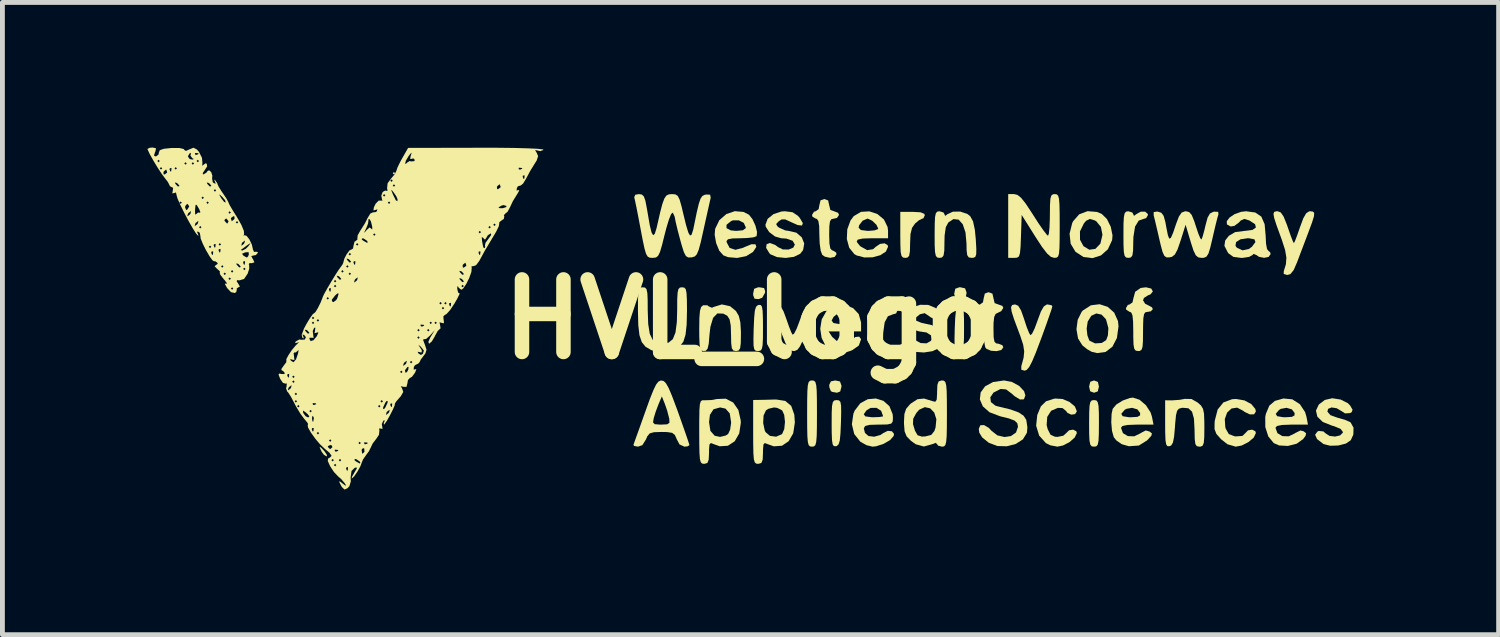
<source format=kicad_pcb>
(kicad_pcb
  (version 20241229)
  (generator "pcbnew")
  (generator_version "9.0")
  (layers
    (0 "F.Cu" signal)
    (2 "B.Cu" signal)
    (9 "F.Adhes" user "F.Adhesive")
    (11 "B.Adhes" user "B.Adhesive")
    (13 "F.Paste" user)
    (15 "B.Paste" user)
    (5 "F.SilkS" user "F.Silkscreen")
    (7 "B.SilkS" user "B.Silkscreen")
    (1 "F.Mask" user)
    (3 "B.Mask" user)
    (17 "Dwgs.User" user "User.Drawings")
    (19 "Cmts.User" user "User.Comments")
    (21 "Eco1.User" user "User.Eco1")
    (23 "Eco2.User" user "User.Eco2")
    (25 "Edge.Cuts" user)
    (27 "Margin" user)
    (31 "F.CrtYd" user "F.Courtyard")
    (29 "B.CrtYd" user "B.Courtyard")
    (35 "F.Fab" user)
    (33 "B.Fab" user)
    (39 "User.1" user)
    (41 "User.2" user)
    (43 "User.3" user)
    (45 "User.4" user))
  (footprint "HVL_logo"
    (layer "F.Cu")
    (at 12.421 3.549)
    (property "Reference" "HVL_logo" (at 0 0 0) (layer "F.SilkS") (effects (font (size 1.5 1.5) (thickness 0.3))))
    (attr board_only exclude_from_pos_files exclude_from_bom)
    (fp_poly (pts (xy -7.301 -3.017) (xy -7.326 -2.991) (xy -7.351 -3.017) (xy -7.326 -3.042)) (stroke (width 0) (type solid)) (fill yes) (layer "F.SilkS"))
    (fp_poly (pts (xy -8.819 2.67) (xy -8.757 2.738) (xy -8.71 2.811) (xy -8.719 2.839) (xy -8.778 2.8) (xy -8.822 2.738) (xy -8.858 2.659) (xy -8.86 2.636)) (stroke (width 0) (type solid)) (fill yes) (layer "F.SilkS"))
    (fp_poly (pts (xy 7.228 1.297) (xy 7.25 1.394) (xy 7.226 1.494) (xy 7.149 1.521) (xy 7.069 1.491) (xy 7.047 1.394) (xy 7.071 1.295) (xy 7.149 1.267)) (stroke (width 0) (type solid)) (fill yes) (layer "F.SilkS"))
    (fp_poly (pts (xy 0.327 -0.643) (xy 0.349 -0.576) (xy 0.346 -0.545) (xy 0.288 -0.443) (xy 0.215 -0.415) (xy 0.13 -0.422) (xy 0.102 -0.494) (xy 0.101 -0.529) (xy 0.121 -0.627) (xy 0.199 -0.658) (xy 0.232 -0.659)) (stroke (width 0) (type solid)) (fill yes) (layer "F.SilkS"))
    (fp_poly (pts (xy 1.896 1.288) (xy 1.926 1.371) (xy 1.927 1.394) (xy 1.901 1.495) (xy 1.834 1.521) (xy 1.737 1.504) (xy 1.707 1.487) (xy 1.678 1.413) (xy 1.673 1.36) (xy 1.708 1.286) (xy 1.8 1.267)) (stroke (width 0) (type solid)) (fill yes) (layer "F.SilkS"))
    (fp_poly (pts (xy 4.482 -0.638) (xy 4.512 -0.556) (xy 4.512 -0.532) (xy 4.491 -0.436) (xy 4.409 -0.406) (xy 4.385 -0.406) (xy 4.289 -0.427) (xy 4.259 -0.509) (xy 4.259 -0.532) (xy 4.28 -0.629) (xy 4.362 -0.659) (xy 4.385 -0.659)) (stroke (width 0) (type solid)) (fill yes) (layer "F.SilkS"))
    (fp_poly (pts (xy 7.196 1.68) (xy 7.225 1.715) (xy 7.242 1.795) (xy 7.249 1.94) (xy 7.25 2.155) (xy 7.248 2.379) (xy 7.241 2.52) (xy 7.224 2.597) (xy 7.194 2.63) (xy 7.149 2.636) (xy 7.101 2.629) (xy 7.072 2.595) (xy 7.055 2.514) (xy 7.048 2.369) (xy 7.047 2.155) (xy 7.049 1.931) (xy 7.056 1.79) (xy 7.073 1.712) (xy 7.103 1.679) (xy 7.149 1.673)) (stroke (width 0) (type solid)) (fill yes) (layer "F.SilkS"))
    (fp_poly (pts (xy 0.257 -0.293) (xy 0.283 -0.257) (xy 0.297 -0.168) (xy 0.303 -0.01) (xy 0.304 0.174) (xy 0.303 0.398) (xy 0.296 0.541) (xy 0.279 0.619) (xy 0.249 0.652) (xy 0.201 0.659) (xy 0.201 0.659) (xy 0.153 0.653) (xy 0.123 0.621) (xy 0.109 0.544) (xy 0.107 0.404) (xy 0.112 0.191) (xy 0.122 -0.034) (xy 0.136 -0.176) (xy 0.16 -0.255) (xy 0.196 -0.289) (xy 0.215 -0.295)) (stroke (width 0) (type solid)) (fill yes) (layer "F.SilkS"))
    (fp_poly (pts (xy 1.875 1.679) (xy 1.905 1.711) (xy 1.919 1.788) (xy 1.921 1.928) (xy 1.916 2.141) (xy 1.906 2.366) (xy 1.892 2.508) (xy 1.868 2.587) (xy 1.832 2.621) (xy 1.812 2.627) (xy 1.771 2.625) (xy 1.745 2.589) (xy 1.731 2.5) (xy 1.725 2.342) (xy 1.724 2.158) (xy 1.725 1.934) (xy 1.732 1.792) (xy 1.749 1.713) (xy 1.779 1.68) (xy 1.827 1.673) (xy 1.827 1.673)) (stroke (width 0) (type solid)) (fill yes) (layer "F.SilkS"))
    (fp_poly (pts (xy 3.561 -2.21) (xy 3.639 -2.178) (xy 3.65 -2.149) (xy 3.621 -2.085) (xy 3.6 -2.079) (xy 3.53 -2.046) (xy 3.448 -1.977) (xy 3.386 -1.888) (xy 3.354 -1.76) (xy 3.346 -1.572) (xy 3.342 -1.402) (xy 3.326 -1.31) (xy 3.29 -1.273) (xy 3.245 -1.267) (xy 3.197 -1.275) (xy 3.168 -1.309) (xy 3.151 -1.39) (xy 3.145 -1.536) (xy 3.143 -1.743) (xy 3.143 -2.219) (xy 3.397 -2.219)) (stroke (width 0) (type solid)) (fill yes) (layer "F.SilkS"))
    (fp_poly (pts (xy 4.414 -0.293) (xy 4.44 -0.257) (xy 4.454 -0.168) (xy 4.46 -0.01) (xy 4.461 0.174) (xy 4.46 0.398) (xy 4.453 0.541) (xy 4.436 0.619) (xy 4.406 0.652) (xy 4.359 0.659) (xy 4.358 0.659) (xy 4.31 0.653) (xy 4.281 0.621) (xy 4.266 0.544) (xy 4.264 0.404) (xy 4.269 0.191) (xy 4.279 -0.034) (xy 4.294 -0.176) (xy 4.317 -0.255) (xy 4.354 -0.289) (xy 4.373 -0.295)) (stroke (width 0) (type solid)) (fill yes) (layer "F.SilkS"))
    (fp_poly (pts (xy 1.359 1.273) (xy 1.387 1.3) (xy 1.405 1.364) (xy 1.415 1.481) (xy 1.419 1.667) (xy 1.42 1.939) (xy 1.42 1.952) (xy 1.419 2.227) (xy 1.415 2.416) (xy 1.405 2.536) (xy 1.388 2.602) (xy 1.36 2.63) (xy 1.32 2.636) (xy 1.318 2.636) (xy 1.277 2.631) (xy 1.249 2.604) (xy 1.232 2.54) (xy 1.222 2.423) (xy 1.218 2.236) (xy 1.217 1.965) (xy 1.217 1.952) (xy 1.218 1.677) (xy 1.222 1.487) (xy 1.231 1.368) (xy 1.248 1.302) (xy 1.276 1.273) (xy 1.316 1.267) (xy 1.318 1.267)) (stroke (width 0) (type solid)) (fill yes) (layer "F.SilkS"))
    (fp_poly (pts (xy 2.769 -0.279) (xy 2.788 -0.243) (xy 2.803 -0.208) (xy 2.849 -0.243) (xy 2.95 -0.301) (xy 3.042 -0.291) (xy 3.091 -0.221) (xy 3.093 -0.203) (xy 3.057 -0.118) (xy 2.993 -0.101) (xy 2.887 -0.06) (xy 2.82 0.066) (xy 2.79 0.282) (xy 2.788 0.377) (xy 2.784 0.539) (xy 2.766 0.624) (xy 2.724 0.656) (xy 2.687 0.659) (xy 2.64 0.652) (xy 2.61 0.617) (xy 2.594 0.537) (xy 2.587 0.392) (xy 2.586 0.177) (xy 2.587 -0.046) (xy 2.594 -0.188) (xy 2.611 -0.265) (xy 2.642 -0.298) (xy 2.687 -0.304)) (stroke (width 0) (type solid)) (fill yes) (layer "F.SilkS"))
    (fp_poly (pts (xy 7.941 -2.205) (xy 7.96 -2.17) (xy 7.975 -2.135) (xy 8.021 -2.17) (xy 8.114 -2.222) (xy 8.207 -2.223) (xy 8.261 -2.174) (xy 8.264 -2.155) (xy 8.225 -2.087) (xy 8.191 -2.079) (xy 8.073 -2.038) (xy 7.997 -1.914) (xy 7.963 -1.701) (xy 7.96 -1.593) (xy 7.956 -1.416) (xy 7.942 -1.318) (xy 7.91 -1.276) (xy 7.858 -1.267) (xy 7.811 -1.275) (xy 7.781 -1.309) (xy 7.765 -1.389) (xy 7.758 -1.534) (xy 7.757 -1.749) (xy 7.758 -1.973) (xy 7.766 -2.114) (xy 7.783 -2.192) (xy 7.813 -2.224) (xy 7.858 -2.231)) (stroke (width 0) (type solid)) (fill yes) (layer "F.SilkS"))
    (fp_poly (pts (xy 7.21 -2.217) (xy 7.308 -2.176) (xy 7.415 -2.071) (xy 7.495 -1.909) (xy 7.531 -1.732) (xy 7.523 -1.635) (xy 7.435 -1.445) (xy 7.292 -1.318) (xy 7.116 -1.262) (xy 6.932 -1.285) (xy 6.766 -1.392) (xy 6.666 -1.559) (xy 6.643 -1.766) (xy 6.655 -1.815) (xy 6.858 -1.815) (xy 6.859 -1.642) (xy 6.93 -1.51) (xy 7.051 -1.436) (xy 7.176 -1.453) (xy 7.276 -1.557) (xy 7.283 -1.572) (xy 7.323 -1.745) (xy 7.291 -1.907) (xy 7.195 -2.024) (xy 7.161 -2.043) (xy 7.061 -2.072) (xy 6.985 -2.034) (xy 6.94 -1.982) (xy 6.858 -1.815) (xy 6.655 -1.815) (xy 6.697 -1.985) (xy 6.716 -2.024) (xy 6.841 -2.167) (xy 7.014 -2.233)) (stroke (width 0) (type solid)) (fill yes) (layer "F.SilkS"))
    (fp_poly (pts (xy 1.327 -0.3) (xy 1.356 -0.277) (xy 1.356 -0.217) (xy 1.326 -0.106) (xy 1.264 0.074) (xy 1.21 0.223) (xy 1.13 0.433) (xy 1.069 0.563) (xy 1.017 0.632) (xy 0.961 0.657) (xy 0.936 0.659) (xy 0.876 0.646) (xy 0.823 0.596) (xy 0.767 0.491) (xy 0.696 0.313) (xy 0.664 0.225) (xy 0.582 -0.005) (xy 0.533 -0.156) (xy 0.516 -0.246) (xy 0.528 -0.289) (xy 0.567 -0.303) (xy 0.598 -0.304) (xy 0.665 -0.271) (xy 0.729 -0.162) (xy 0.784 -0.013) (xy 0.841 0.15) (xy 0.89 0.273) (xy 0.916 0.321) (xy 0.948 0.299) (xy 0.999 0.2) (xy 1.058 0.046) (xy 1.063 0.03) (xy 1.132 -0.157) (xy 1.192 -0.262) (xy 1.252 -0.302) (xy 1.272 -0.304)) (stroke (width 0) (type solid)) (fill yes) (layer "F.SilkS"))
    (fp_poly (pts (xy 6.495 1.65) (xy 6.641 1.711) (xy 6.752 1.804) (xy 6.794 1.905) (xy 6.757 1.963) (xy 6.677 1.974) (xy 6.598 1.937) (xy 6.571 1.898) (xy 6.497 1.838) (xy 6.401 1.834) (xy 6.262 1.894) (xy 6.181 2.021) (xy 6.169 2.189) (xy 6.191 2.275) (xy 6.249 2.389) (xy 6.338 2.43) (xy 6.395 2.434) (xy 6.515 2.409) (xy 6.572 2.357) (xy 6.632 2.298) (xy 6.717 2.284) (xy 6.783 2.318) (xy 6.794 2.354) (xy 6.75 2.446) (xy 6.644 2.54) (xy 6.509 2.611) (xy 6.392 2.636) (xy 6.246 2.608) (xy 6.153 2.562) (xy 6.014 2.407) (xy 5.952 2.204) (xy 5.975 1.981) (xy 6.05 1.802) (xy 6.156 1.698) (xy 6.322 1.645) (xy 6.345 1.641)) (stroke (width 0) (type solid)) (fill yes) (layer "F.SilkS"))
    (fp_poly (pts (xy 7.431 -0.255) (xy 7.565 -0.136) (xy 7.644 0.039) (xy 7.655 0.147) (xy 7.622 0.389) (xy 7.529 0.569) (xy 7.389 0.677) (xy 7.211 0.701) (xy 7.098 0.674) (xy 7.006 0.621) (xy 6.908 0.542) (xy 6.818 0.399) (xy 6.786 0.21) (xy 6.787 0.196) (xy 6.996 0.196) (xy 7.012 0.337) (xy 7.05 0.437) (xy 7.057 0.446) (xy 7.172 0.501) (xy 7.308 0.492) (xy 7.399 0.434) (xy 7.435 0.338) (xy 7.445 0.196) (xy 7.443 0.174) (xy 7.396 0.003) (xy 7.305 -0.094) (xy 7.196 -0.118) (xy 7.092 -0.07) (xy 7.018 0.05) (xy 6.996 0.196) (xy 6.787 0.196) (xy 6.811 0.014) (xy 6.893 -0.152) (xy 6.918 -0.18) (xy 7.085 -0.287) (xy 7.263 -0.309)) (stroke (width 0) (type solid)) (fill yes) (layer "F.SilkS"))
    (fp_poly (pts (xy 1.651 -2.455) (xy 1.673 -2.357) (xy 1.697 -2.258) (xy 1.774 -2.231) (xy 1.857 -2.199) (xy 1.876 -2.155) (xy 1.834 -2.093) (xy 1.774 -2.079) (xy 1.72 -2.068) (xy 1.689 -2.023) (xy 1.676 -1.919) (xy 1.673 -1.749) (xy 1.678 -1.564) (xy 1.696 -1.462) (xy 1.732 -1.422) (xy 1.749 -1.42) (xy 1.816 -1.379) (xy 1.825 -1.344) (xy 1.785 -1.286) (xy 1.691 -1.268) (xy 1.585 -1.292) (xy 1.531 -1.328) (xy 1.498 -1.412) (xy 1.476 -1.569) (xy 1.47 -1.734) (xy 1.466 -1.924) (xy 1.449 -2.031) (xy 1.416 -2.075) (xy 1.394 -2.079) (xy 1.327 -2.119) (xy 1.318 -2.155) (xy 1.359 -2.222) (xy 1.394 -2.231) (xy 1.455 -2.275) (xy 1.47 -2.357) (xy 1.494 -2.457) (xy 1.572 -2.484)) (stroke (width 0) (type solid)) (fill yes) (layer "F.SilkS"))
    (fp_poly (pts (xy 10.257 1.679) (xy 10.399 1.754) (xy 10.483 1.856) (xy 10.495 1.909) (xy 10.458 1.967) (xy 10.37 1.969) (xy 10.263 1.918) (xy 10.234 1.895) (xy 10.108 1.829) (xy 9.991 1.847) (xy 9.9 1.932) (xy 9.852 2.067) (xy 9.863 2.235) (xy 9.873 2.267) (xy 9.935 2.375) (xy 10.05 2.42) (xy 10.081 2.424) (xy 10.217 2.414) (xy 10.272 2.361) (xy 10.332 2.299) (xy 10.417 2.284) (xy 10.483 2.316) (xy 10.495 2.354) (xy 10.451 2.448) (xy 10.342 2.541) (xy 10.203 2.612) (xy 10.078 2.636) (xy 9.907 2.586) (xy 9.775 2.482) (xy 9.678 2.372) (xy 9.64 2.272) (xy 9.642 2.13) (xy 9.646 2.096) (xy 9.705 1.868) (xy 9.823 1.722) (xy 10.003 1.655) (xy 10.085 1.65)) (stroke (width 0) (type solid)) (fill yes) (layer "F.SilkS"))
    (fp_poly (pts (xy 5.048 -0.528) (xy 5.07 -0.431) (xy 5.094 -0.332) (xy 5.171 -0.304) (xy 5.253 -0.275) (xy 5.273 -0.234) (xy 5.23 -0.166) (xy 5.171 -0.137) (xy 5.114 -0.109) (xy 5.084 -0.044) (xy 5.071 0.081) (xy 5.07 0.198) (xy 5.073 0.37) (xy 5.089 0.463) (xy 5.125 0.501) (xy 5.171 0.507) (xy 5.254 0.539) (xy 5.273 0.583) (xy 5.231 0.638) (xy 5.133 0.661) (xy 5.018 0.653) (xy 4.925 0.614) (xy 4.898 0.579) (xy 4.882 0.488) (xy 4.871 0.332) (xy 4.867 0.173) (xy 4.862 -0.01) (xy 4.843 -0.112) (xy 4.807 -0.15) (xy 4.791 -0.152) (xy 4.724 -0.193) (xy 4.715 -0.228) (xy 4.756 -0.295) (xy 4.791 -0.304) (xy 4.852 -0.348) (xy 4.867 -0.431) (xy 4.891 -0.53) (xy 4.968 -0.558)) (stroke (width 0) (type solid)) (fill yes) (layer "F.SilkS"))
    (fp_poly (pts (xy 8.331 -0.633) (xy 8.365 -0.574) (xy 8.318 -0.514) (xy 8.264 -0.492) (xy 8.181 -0.439) (xy 8.162 -0.391) (xy 8.205 -0.319) (xy 8.264 -0.29) (xy 8.346 -0.245) (xy 8.365 -0.208) (xy 8.323 -0.163) (xy 8.264 -0.152) (xy 8.213 -0.144) (xy 8.183 -0.105) (xy 8.168 -0.015) (xy 8.163 0.147) (xy 8.162 0.253) (xy 8.16 0.456) (xy 8.151 0.577) (xy 8.128 0.637) (xy 8.088 0.658) (xy 8.061 0.659) (xy 8.011 0.651) (xy 7.98 0.612) (xy 7.965 0.522) (xy 7.96 0.36) (xy 7.96 0.253) (xy 7.956 0.045) (xy 7.943 -0.08) (xy 7.917 -0.139) (xy 7.884 -0.152) (xy 7.816 -0.193) (xy 7.808 -0.228) (xy 7.848 -0.295) (xy 7.884 -0.304) (xy 7.945 -0.348) (xy 7.96 -0.421) (xy 7.999 -0.566) (xy 8.113 -0.645) (xy 8.223 -0.659)) (stroke (width 0) (type solid)) (fill yes) (layer "F.SilkS"))
    (fp_poly (pts (xy 9.165 1.651) (xy 9.292 1.724) (xy 9.361 1.786) (xy 9.402 1.854) (xy 9.423 1.955) (xy 9.429 2.116) (xy 9.43 2.234) (xy 9.428 2.435) (xy 9.418 2.556) (xy 9.395 2.615) (xy 9.354 2.635) (xy 9.329 2.636) (xy 9.275 2.627) (xy 9.244 2.583) (xy 9.231 2.483) (xy 9.227 2.306) (xy 9.227 2.288) (xy 9.215 2.057) (xy 9.175 1.913) (xy 9.099 1.842) (xy 8.979 1.832) (xy 8.964 1.834) (xy 8.903 1.851) (xy 8.866 1.895) (xy 8.843 1.989) (xy 8.827 2.155) (xy 8.822 2.23) (xy 8.804 2.431) (xy 8.78 2.551) (xy 8.745 2.611) (xy 8.707 2.627) (xy 8.666 2.625) (xy 8.64 2.589) (xy 8.626 2.5) (xy 8.62 2.341) (xy 8.619 2.16) (xy 8.619 1.677) (xy 8.758 1.679) (xy 8.918 1.668) (xy 9.025 1.648)) (stroke (width 0) (type solid)) (fill yes) (layer "F.SilkS"))
    (fp_poly (pts (xy 6.27 -0.288) (xy 6.287 -0.266) (xy 6.271 -0.207) (xy 6.225 -0.072) (xy 6.157 0.122) (xy 6.073 0.354) (xy 6.049 0.418) (xy 5.947 0.688) (xy 5.869 0.874) (xy 5.808 0.99) (xy 5.757 1.049) (xy 5.713 1.065) (xy 5.645 1.045) (xy 5.645 0.97) (xy 5.651 0.951) (xy 5.693 0.796) (xy 5.705 0.666) (xy 5.684 0.529) (xy 5.626 0.351) (xy 5.58 0.229) (xy 5.494 -0.002) (xy 5.445 -0.156) (xy 5.433 -0.247) (xy 5.455 -0.292) (xy 5.509 -0.304) (xy 5.518 -0.304) (xy 5.581 -0.277) (xy 5.639 -0.183) (xy 5.702 -0.006) (xy 5.704 0.002) (xy 5.758 0.166) (xy 5.806 0.285) (xy 5.835 0.332) (xy 5.868 0.3) (xy 5.92 0.194) (xy 5.979 0.035) (xy 5.982 0.026) (xy 6.051 -0.16) (xy 6.111 -0.264) (xy 6.172 -0.303) (xy 6.189 -0.304)) (stroke (width 0) (type solid)) (fill yes) (layer "F.SilkS"))
    (fp_poly (pts (xy 11.673 -2.225) (xy 11.701 -2.197) (xy 11.696 -2.128) (xy 11.657 -2.001) (xy 11.581 -1.797) (xy 11.58 -1.793) (xy 11.496 -1.571) (xy 11.409 -1.342) (xy 11.348 -1.179) (xy 11.276 -1.015) (xy 11.209 -0.932) (xy 11.145 -0.913) (xy 11.07 -0.935) (xy 11.072 -0.993) (xy 11.116 -1.136) (xy 11.126 -1.272) (xy 11.099 -1.431) (xy 11.031 -1.642) (xy 11.004 -1.716) (xy 10.922 -1.942) (xy 10.874 -2.09) (xy 10.859 -2.176) (xy 10.873 -2.217) (xy 10.916 -2.23) (xy 10.947 -2.231) (xy 11.01 -2.206) (xy 11.068 -2.122) (xy 11.134 -1.959) (xy 11.154 -1.901) (xy 11.211 -1.737) (xy 11.256 -1.619) (xy 11.28 -1.572) (xy 11.28 -1.572) (xy 11.304 -1.616) (xy 11.348 -1.732) (xy 11.405 -1.895) (xy 11.407 -1.901) (xy 11.476 -2.087) (xy 11.536 -2.19) (xy 11.596 -2.229) (xy 11.614 -2.231)) (stroke (width 0) (type solid)) (fill yes) (layer "F.SilkS"))
    (fp_poly (pts (xy -0.377 -0.268) (xy -0.257 -0.171) (xy -0.196 -0.069) (xy -0.164 0.063) (xy -0.152 0.255) (xy -0.152 0.311) (xy -0.155 0.495) (xy -0.168 0.6) (xy -0.197 0.647) (xy -0.249 0.659) (xy -0.253 0.659) (xy -0.309 0.648) (xy -0.34 0.601) (xy -0.353 0.494) (xy -0.356 0.342) (xy -0.362 0.135) (xy -0.386 0.005) (xy -0.435 -0.071) (xy -0.515 -0.114) (xy -0.638 -0.119) (xy -0.727 -0.028) (xy -0.783 0.158) (xy -0.802 0.323) (xy -0.817 0.506) (xy -0.84 0.608) (xy -0.876 0.652) (xy -0.918 0.659) (xy -0.964 0.65) (xy -0.992 0.61) (xy -1.007 0.52) (xy -1.013 0.361) (xy -1.014 0.201) (xy -1.011 -0.025) (xy -0.999 -0.169) (xy -0.976 -0.249) (xy -0.937 -0.286) (xy -0.933 -0.288) (xy -0.846 -0.287) (xy -0.817 -0.264) (xy -0.752 -0.236) (xy -0.708 -0.255) (xy -0.545 -0.305)) (stroke (width 0) (type solid)) (fill yes) (layer "F.SilkS"))
    (fp_poly (pts (xy 4.037 -2.205) (xy 4.056 -2.17) (xy 4.071 -2.135) (xy 4.117 -2.17) (xy 4.232 -2.223) (xy 4.385 -2.224) (xy 4.529 -2.176) (xy 4.588 -2.13) (xy 4.647 -2.023) (xy 4.685 -1.846) (xy 4.704 -1.648) (xy 4.715 -1.454) (xy 4.713 -1.341) (xy 4.693 -1.286) (xy 4.652 -1.269) (xy 4.62 -1.267) (xy 4.559 -1.277) (xy 4.527 -1.323) (xy 4.514 -1.428) (xy 4.512 -1.56) (xy 4.491 -1.794) (xy 4.434 -1.963) (xy 4.349 -2.058) (xy 4.242 -2.069) (xy 4.136 -1.999) (xy 4.084 -1.901) (xy 4.059 -1.728) (xy 4.056 -1.593) (xy 4.053 -1.416) (xy 4.038 -1.318) (xy 4.006 -1.276) (xy 3.954 -1.267) (xy 3.907 -1.275) (xy 3.878 -1.309) (xy 3.861 -1.389) (xy 3.854 -1.534) (xy 3.853 -1.749) (xy 3.855 -1.973) (xy 3.862 -2.114) (xy 3.879 -2.192) (xy 3.909 -2.224) (xy 3.954 -2.231)) (stroke (width 0) (type solid)) (fill yes) (layer "F.SilkS"))
    (fp_poly (pts (xy 11.247 1.657) (xy 11.404 1.757) (xy 11.513 1.922) (xy 11.54 2.015) (xy 11.572 2.18) (xy 11.236 2.18) (xy 11.04 2.187) (xy 10.932 2.208) (xy 10.9 2.246) (xy 10.941 2.357) (xy 11.043 2.418) (xy 11.174 2.422) (xy 11.303 2.36) (xy 11.311 2.353) (xy 11.417 2.301) (xy 11.482 2.318) (xy 11.534 2.36) (xy 11.521 2.414) (xy 11.473 2.478) (xy 11.338 2.575) (xy 11.157 2.621) (xy 10.975 2.611) (xy 10.864 2.562) (xy 10.752 2.425) (xy 10.69 2.232) (xy 10.689 2.021) (xy 10.702 1.957) (xy 10.702 1.957) (xy 10.906 1.957) (xy 10.934 2.006) (xy 11.058 2.027) (xy 11.107 2.028) (xy 11.239 2.02) (xy 11.294 1.99) (xy 11.296 1.939) (xy 11.238 1.864) (xy 11.129 1.833) (xy 11.011 1.854) (xy 10.973 1.878) (xy 10.906 1.957) (xy 10.702 1.957) (xy 10.773 1.788) (xy 10.888 1.69) (xy 11.064 1.64)) (stroke (width 0) (type solid)) (fill yes) (layer "F.SilkS"))
    (fp_poly (pts (xy 0.915 -2.211) (xy 1.025 -2.138) (xy 1.065 -2.093) (xy 1.128 -1.986) (xy 1.111 -1.936) (xy 1.021 -1.946) (xy 0.887 -2.006) (xy 0.766 -2.062) (xy 0.69 -2.063) (xy 0.633 -2.027) (xy 0.576 -1.967) (xy 0.603 -1.919) (xy 0.639 -1.891) (xy 0.762 -1.836) (xy 0.835 -1.825) (xy 0.995 -1.788) (xy 1.106 -1.692) (xy 1.157 -1.565) (xy 1.134 -1.43) (xy 1.073 -1.351) (xy 0.945 -1.289) (xy 0.772 -1.266) (xy 0.597 -1.283) (xy 0.462 -1.339) (xy 0.439 -1.36) (xy 0.369 -1.474) (xy 0.379 -1.55) (xy 0.449 -1.575) (xy 0.558 -1.534) (xy 0.615 -1.49) (xy 0.717 -1.441) (xy 0.835 -1.44) (xy 0.93 -1.479) (xy 0.963 -1.542) (xy 0.917 -1.621) (xy 0.788 -1.666) (xy 0.68 -1.673) (xy 0.552 -1.71) (xy 0.433 -1.8) (xy 0.362 -1.91) (xy 0.355 -1.952) (xy 0.401 -2.074) (xy 0.521 -2.172) (xy 0.687 -2.226) (xy 0.757 -2.231)) (stroke (width 0) (type solid)) (fill yes) (layer "F.SilkS"))
    (fp_poly (pts (xy -1.322 -0.652) (xy -1.292 -0.617) (xy -1.276 -0.537) (xy -1.269 -0.391) (xy -1.267 -0.181) (xy -1.274 0.112) (xy -1.297 0.321) (xy -1.342 0.465) (xy -1.416 0.561) (xy -1.525 0.628) (xy -1.544 0.636) (xy -1.7 0.692) (xy -1.819 0.7) (xy -1.954 0.66) (xy -2.016 0.634) (xy -2.126 0.569) (xy -2.202 0.474) (xy -2.25 0.332) (xy -2.274 0.125) (xy -2.281 -0.165) (xy -2.281 -0.181) (xy -2.28 -0.404) (xy -2.273 -0.544) (xy -2.255 -0.621) (xy -2.225 -0.653) (xy -2.18 -0.659) (xy -2.132 -0.652) (xy -2.103 -0.617) (xy -2.086 -0.535) (xy -2.08 -0.388) (xy -2.079 -0.189) (xy -2.069 0.1) (xy -2.037 0.301) (xy -1.977 0.427) (xy -1.884 0.492) (xy -1.774 0.507) (xy -1.648 0.485) (xy -1.56 0.413) (xy -1.505 0.276) (xy -1.477 0.062) (xy -1.47 -0.189) (xy -1.469 -0.409) (xy -1.461 -0.548) (xy -1.444 -0.623) (xy -1.412 -0.654) (xy -1.369 -0.659)) (stroke (width 0) (type solid)) (fill yes) (layer "F.SilkS"))
    (fp_poly (pts (xy 3.719 -0.295) (xy 3.866 -0.235) (xy 3.904 -0.203) (xy 3.978 -0.113) (xy 4.005 -0.054) (xy 3.967 -0.002) (xy 3.878 0.005) (xy 3.777 -0.034) (xy 3.738 -0.064) (xy 3.647 -0.124) (xy 3.55 -0.102) (xy 3.548 -0.101) (xy 3.46 -0.029) (xy 3.471 0.032) (xy 3.581 0.076) (xy 3.587 0.077) (xy 3.784 0.121) (xy 3.903 0.165) (xy 3.964 0.223) (xy 3.99 0.311) (xy 3.995 0.36) (xy 3.984 0.519) (xy 3.936 0.603) (xy 3.807 0.662) (xy 3.632 0.689) (xy 3.464 0.677) (xy 3.413 0.661) (xy 3.302 0.588) (xy 3.239 0.498) (xy 3.238 0.418) (xy 3.278 0.384) (xy 3.378 0.39) (xy 3.446 0.43) (xy 3.564 0.494) (xy 3.686 0.5) (xy 3.774 0.449) (xy 3.786 0.426) (xy 3.778 0.335) (xy 3.685 0.275) (xy 3.54 0.254) (xy 3.379 0.211) (xy 3.274 0.099) (xy 3.245 -0.026) (xy 3.289 -0.155) (xy 3.401 -0.248) (xy 3.554 -0.297)) (stroke (width 0) (type solid)) (fill yes) (layer "F.SilkS"))
    (fp_poly (pts (xy 12.248 1.662) (xy 12.397 1.737) (xy 12.445 1.787) (xy 12.494 1.872) (xy 12.478 1.919) (xy 12.443 1.942) (xy 12.338 1.948) (xy 12.274 1.906) (xy 12.167 1.842) (xy 12.061 1.825) (xy 11.988 1.854) (xy 11.974 1.912) (xy 12.037 1.985) (xy 12.184 2.038) (xy 12.189 2.039) (xy 12.334 2.08) (xy 12.442 2.127) (xy 12.455 2.137) (xy 12.514 2.244) (xy 12.51 2.386) (xy 12.457 2.503) (xy 12.356 2.572) (xy 12.199 2.612) (xy 12.031 2.617) (xy 11.894 2.582) (xy 11.889 2.579) (xy 11.76 2.479) (xy 11.719 2.39) (xy 11.769 2.323) (xy 11.794 2.311) (xy 11.891 2.321) (xy 11.936 2.361) (xy 12.019 2.414) (xy 12.133 2.427) (xy 12.237 2.403) (xy 12.293 2.346) (xy 12.294 2.332) (xy 12.246 2.268) (xy 12.109 2.212) (xy 12.07 2.202) (xy 11.878 2.125) (xy 11.766 2.016) (xy 11.737 1.89) (xy 11.796 1.765) (xy 11.921 1.67) (xy 12.074 1.635)) (stroke (width 0) (type solid)) (fill yes) (layer "F.SilkS"))
    (fp_poly (pts (xy -0.097 -2.217) (xy 0.015 -2.159) (xy 0.086 -2.069) (xy 0.147 -1.937) (xy 0.181 -1.806) (xy 0.173 -1.717) (xy 0.112 -1.693) (xy -0.02 -1.678) (xy -0.159 -1.673) (xy -0.329 -1.669) (xy -0.419 -1.652) (xy -0.449 -1.617) (xy -0.447 -1.59) (xy -0.385 -1.473) (xy -0.266 -1.434) (xy -0.107 -1.476) (xy -0.081 -1.489) (xy 0.063 -1.548) (xy 0.149 -1.548) (xy 0.167 -1.495) (xy 0.103 -1.397) (xy 0.096 -1.389) (xy -0.043 -1.303) (xy -0.23 -1.266) (xy -0.418 -1.282) (xy -0.516 -1.32) (xy -0.6 -1.416) (xy -0.664 -1.572) (xy -0.695 -1.744) (xy -0.685 -1.866) (xy -0.678 -1.882) (xy -0.45 -1.882) (xy -0.363 -1.836) (xy -0.253 -1.825) (xy -0.111 -1.838) (xy -0.054 -1.881) (xy -0.051 -1.899) (xy -0.094 -1.991) (xy -0.196 -2.044) (xy -0.317 -2.043) (xy -0.355 -2.028) (xy -0.45 -1.951) (xy -0.45 -1.882) (xy -0.678 -1.882) (xy -0.598 -2.047) (xy -0.453 -2.173) (xy -0.278 -2.233)) (stroke (width 0) (type solid)) (fill yes) (layer "F.SilkS"))
    (fp_poly (pts (xy 0.765 1.69) (xy 0.888 1.793) (xy 0.952 1.974) (xy 0.963 2.137) (xy 0.929 2.36) (xy 0.835 2.523) (xy 0.697 2.617) (xy 0.528 2.629) (xy 0.402 2.584) (xy 0.342 2.561) (xy 0.314 2.59) (xy 0.305 2.692) (xy 0.304 2.761) (xy 0.298 2.905) (xy 0.271 2.973) (xy 0.211 2.991) (xy 0.203 2.991) (xy 0.161 2.986) (xy 0.133 2.958) (xy 0.115 2.893) (xy 0.106 2.773) (xy 0.102 2.582) (xy 0.101 2.331) (xy 0.101 2.147) (xy 0.308 2.147) (xy 0.34 2.299) (xy 0.357 2.335) (xy 0.448 2.413) (xy 0.576 2.43) (xy 0.693 2.379) (xy 0.7 2.373) (xy 0.744 2.273) (xy 0.759 2.125) (xy 0.743 1.979) (xy 0.7 1.886) (xy 0.601 1.835) (xy 0.532 1.825) (xy 0.416 1.853) (xy 0.365 1.886) (xy 0.316 1.993) (xy 0.308 2.147) (xy 0.101 2.147) (xy 0.101 1.671) (xy 0.241 1.669) (xy 0.388 1.666) (xy 0.561 1.661) (xy 0.578 1.661)) (stroke (width 0) (type solid)) (fill yes) (layer "F.SilkS"))
    (fp_poly (pts (xy 2.168 -0.228) (xy 2.284 -0.105) (xy 2.332 0.068) (xy 2.332 0.08) (xy 2.332 0.253) (xy 1.996 0.253) (xy 1.661 0.253) (xy 1.736 0.368) (xy 1.844 0.463) (xy 1.977 0.497) (xy 2.097 0.461) (xy 2.127 0.434) (xy 2.213 0.369) (xy 2.293 0.361) (xy 2.331 0.411) (xy 2.331 0.418) (xy 2.286 0.545) (xy 2.151 0.64) (xy 2.112 0.656) (xy 1.964 0.7) (xy 1.844 0.694) (xy 1.736 0.657) (xy 1.6 0.553) (xy 1.517 0.39) (xy 1.488 0.198) (xy 1.515 0.027) (xy 1.724 0.027) (xy 1.724 0.027) (xy 1.76 0.079) (xy 1.876 0.1) (xy 1.927 0.101) (xy 2.054 0.091) (xy 2.124 0.065) (xy 2.129 0.054) (xy 2.097 -0.013) (xy 2.028 -0.095) (xy 1.959 -0.148) (xy 1.945 -0.152) (xy 1.853 -0.12) (xy 1.764 -0.048) (xy 1.724 0.027) (xy 1.515 0.027) (xy 1.518 0.006) (xy 1.609 -0.155) (xy 1.656 -0.201) (xy 1.83 -0.286) (xy 2.009 -0.291)) (stroke (width 0) (type solid)) (fill yes) (layer "F.SilkS"))
    (fp_poly (pts (xy 2.67 -2.173) (xy 2.805 -2.061) (xy 2.881 -1.904) (xy 2.89 -1.827) (xy 2.89 -1.673) (xy 2.56 -1.673) (xy 2.365 -1.667) (xy 2.261 -1.644) (xy 2.242 -1.599) (xy 2.299 -1.526) (xy 2.323 -1.503) (xy 2.459 -1.427) (xy 2.581 -1.447) (xy 2.636 -1.496) (xy 2.724 -1.556) (xy 2.819 -1.568) (xy 2.882 -1.53) (xy 2.89 -1.498) (xy 2.845 -1.397) (xy 2.729 -1.322) (xy 2.571 -1.279) (xy 2.399 -1.276) (xy 2.242 -1.317) (xy 2.193 -1.345) (xy 2.087 -1.476) (xy 2.038 -1.657) (xy 2.047 -1.857) (xy 2.059 -1.891) (xy 2.281 -1.891) (xy 2.329 -1.843) (xy 2.469 -1.825) (xy 2.484 -1.825) (xy 2.611 -1.836) (xy 2.682 -1.862) (xy 2.687 -1.872) (xy 2.649 -1.952) (xy 2.563 -2.035) (xy 2.474 -2.078) (xy 2.465 -2.079) (xy 2.366 -2.037) (xy 2.293 -1.943) (xy 2.281 -1.891) (xy 2.059 -1.891) (xy 2.114 -2.041) (xy 2.181 -2.131) (xy 2.332 -2.219) (xy 2.504 -2.229)) (stroke (width 0) (type solid)) (fill yes) (layer "F.SilkS"))
    (fp_poly (pts (xy 8.09 1.666) (xy 8.221 1.778) (xy 8.318 1.928) (xy 8.346 2.015) (xy 8.378 2.18) (xy 8.042 2.18) (xy 7.846 2.187) (xy 7.738 2.208) (xy 7.706 2.246) (xy 7.747 2.357) (xy 7.849 2.418) (xy 7.98 2.422) (xy 8.109 2.36) (xy 8.117 2.353) (xy 8.218 2.301) (xy 8.294 2.322) (xy 8.345 2.361) (xy 8.334 2.41) (xy 8.255 2.497) (xy 8.249 2.504) (xy 8.075 2.613) (xy 7.869 2.627) (xy 7.722 2.585) (xy 7.609 2.506) (xy 7.557 2.44) (xy 7.52 2.31) (xy 7.505 2.132) (xy 7.512 1.957) (xy 7.712 1.957) (xy 7.74 2.006) (xy 7.864 2.027) (xy 7.913 2.028) (xy 8.045 2.02) (xy 8.1 1.99) (xy 8.102 1.939) (xy 8.044 1.864) (xy 7.935 1.833) (xy 7.817 1.854) (xy 7.779 1.878) (xy 7.712 1.957) (xy 7.512 1.957) (xy 7.512 1.956) (xy 7.535 1.853) (xy 7.61 1.764) (xy 7.743 1.682) (xy 7.89 1.63) (xy 7.954 1.622)) (stroke (width 0) (type solid)) (fill yes) (layer "F.SilkS"))
    (fp_poly (pts (xy 5.566 -2.569) (xy 5.64 -2.51) (xy 5.733 -2.394) (xy 5.858 -2.205) (xy 5.89 -2.155) (xy 6.007 -1.973) (xy 6.107 -1.83) (xy 6.176 -1.742) (xy 6.198 -1.724) (xy 6.215 -1.771) (xy 6.228 -1.895) (xy 6.235 -2.075) (xy 6.236 -2.155) (xy 6.238 -2.364) (xy 6.247 -2.492) (xy 6.267 -2.558) (xy 6.303 -2.583) (xy 6.337 -2.586) (xy 6.379 -2.58) (xy 6.407 -2.552) (xy 6.425 -2.487) (xy 6.434 -2.367) (xy 6.438 -2.177) (xy 6.439 -1.927) (xy 6.438 -1.658) (xy 6.434 -1.474) (xy 6.425 -1.36) (xy 6.407 -1.298) (xy 6.377 -1.273) (xy 6.333 -1.268) (xy 6.325 -1.268) (xy 6.257 -1.288) (xy 6.177 -1.359) (xy 6.074 -1.493) (xy 5.937 -1.703) (xy 5.932 -1.711) (xy 5.653 -2.155) (xy 5.638 -1.711) (xy 5.63 -1.499) (xy 5.618 -1.368) (xy 5.597 -1.299) (xy 5.559 -1.272) (xy 5.499 -1.267) (xy 5.499 -1.267) (xy 5.374 -1.267) (xy 5.374 -1.927) (xy 5.374 -2.586) (xy 5.497 -2.586)) (stroke (width 0) (type solid)) (fill yes) (layer "F.SilkS"))
    (fp_poly (pts (xy 2.795 1.689) (xy 2.918 1.799) (xy 2.985 1.964) (xy 2.991 2.039) (xy 2.986 2.117) (xy 2.956 2.159) (xy 2.875 2.177) (xy 2.721 2.18) (xy 2.687 2.18) (xy 2.509 2.185) (xy 2.415 2.209) (xy 2.389 2.261) (xy 2.413 2.352) (xy 2.414 2.353) (xy 2.485 2.416) (xy 2.604 2.43) (xy 2.732 2.395) (xy 2.79 2.356) (xy 2.883 2.309) (xy 2.97 2.318) (xy 3.013 2.371) (xy 3.007 2.414) (xy 2.932 2.5) (xy 2.798 2.578) (xy 2.644 2.628) (xy 2.57 2.636) (xy 2.443 2.605) (xy 2.316 2.533) (xy 2.191 2.375) (xy 2.142 2.173) (xy 2.172 1.965) (xy 2.388 1.965) (xy 2.419 2.01) (xy 2.543 2.027) (xy 2.586 2.028) (xy 2.713 2.023) (xy 2.783 2.011) (xy 2.788 2.007) (xy 2.747 1.894) (xy 2.649 1.833) (xy 2.528 1.835) (xy 2.444 1.886) (xy 2.388 1.965) (xy 2.172 1.965) (xy 2.173 1.957) (xy 2.198 1.894) (xy 2.317 1.738) (xy 2.471 1.655) (xy 2.638 1.64)) (stroke (width 0) (type solid)) (fill yes) (layer "F.SilkS"))
    (fp_poly (pts (xy -0.312 1.723) (xy -0.205 1.877) (xy -0.156 2.094) (xy -0.154 2.144) (xy -0.187 2.363) (xy -0.281 2.525) (xy -0.421 2.617) (xy -0.59 2.628) (xy -0.713 2.584) (xy -0.773 2.561) (xy -0.802 2.59) (xy -0.811 2.692) (xy -0.811 2.761) (xy -0.818 2.905) (xy -0.845 2.973) (xy -0.904 2.991) (xy -0.913 2.991) (xy -0.954 2.986) (xy -0.982 2.958) (xy -1 2.893) (xy -1.009 2.773) (xy -1.013 2.583) (xy -1.014 2.329) (xy -1.014 2.129) (xy -0.811 2.129) (xy -0.783 2.31) (xy -0.695 2.41) (xy -0.583 2.434) (xy -0.467 2.406) (xy -0.416 2.373) (xy -0.375 2.284) (xy -0.355 2.147) (xy -0.355 2.129) (xy -0.383 1.949) (xy -0.471 1.849) (xy -0.583 1.825) (xy -0.719 1.863) (xy -0.793 1.979) (xy -0.811 2.129) (xy -1.014 2.129) (xy -1.013 2.059) (xy -1.01 1.875) (xy -1.001 1.761) (xy -0.983 1.7) (xy -0.954 1.677) (xy -0.911 1.676) (xy -0.9 1.677) (xy -0.761 1.672) (xy -0.651 1.651) (xy -0.465 1.644)) (stroke (width 0) (type solid)) (fill yes) (layer "F.SilkS"))
    (fp_poly (pts (xy 5.453 1.299) (xy 5.601 1.38) (xy 5.702 1.488) (xy 5.729 1.575) (xy 5.699 1.657) (xy 5.619 1.661) (xy 5.504 1.591) (xy 5.452 1.543) (xy 5.332 1.453) (xy 5.222 1.443) (xy 5.208 1.447) (xy 5.069 1.519) (xy 5.004 1.616) (xy 5.016 1.714) (xy 5.109 1.788) (xy 5.164 1.804) (xy 5.419 1.866) (xy 5.59 1.928) (xy 5.693 1.997) (xy 5.747 2.081) (xy 5.748 2.084) (xy 5.771 2.237) (xy 5.761 2.349) (xy 5.679 2.484) (xy 5.531 2.58) (xy 5.345 2.628) (xy 5.15 2.623) (xy 4.975 2.556) (xy 4.967 2.551) (xy 4.835 2.444) (xy 4.776 2.346) (xy 4.766 2.269) (xy 4.797 2.194) (xy 4.874 2.189) (xy 4.974 2.248) (xy 5.028 2.307) (xy 5.149 2.402) (xy 5.294 2.437) (xy 5.432 2.416) (xy 5.536 2.343) (xy 5.577 2.224) (xy 5.562 2.151) (xy 5.506 2.097) (xy 5.387 2.052) (xy 5.209 2.008) (xy 4.988 1.925) (xy 4.849 1.802) (xy 4.788 1.659) (xy 4.805 1.515) (xy 4.896 1.389) (xy 5.06 1.3) (xy 5.289 1.267)) (stroke (width 0) (type solid)) (fill yes) (layer "F.SilkS"))
    (fp_poly (pts (xy -1.747 1.28) (xy -1.7 1.328) (xy -1.646 1.424) (xy -1.578 1.584) (xy -1.489 1.821) (xy -1.452 1.921) (xy -1.367 2.162) (xy -1.295 2.367) (xy -1.243 2.519) (xy -1.218 2.599) (xy -1.217 2.606) (xy -1.259 2.63) (xy -1.321 2.636) (xy -1.421 2.59) (xy -1.478 2.484) (xy -1.517 2.395) (xy -1.574 2.35) (xy -1.68 2.334) (xy -1.794 2.332) (xy -1.95 2.337) (xy -2.037 2.361) (xy -2.087 2.421) (xy -2.114 2.484) (xy -2.19 2.605) (xy -2.281 2.636) (xy -2.361 2.621) (xy -2.374 2.597) (xy -2.352 2.536) (xy -2.303 2.399) (xy -2.233 2.205) (xy -2.208 2.134) (xy -1.969 2.134) (xy -1.935 2.171) (xy -1.828 2.18) (xy -1.799 2.18) (xy -1.676 2.174) (xy -1.63 2.142) (xy -1.633 2.062) (xy -1.638 2.041) (xy -1.678 1.887) (xy -1.726 1.749) (xy -1.787 1.597) (xy -1.854 1.755) (xy -1.913 1.91) (xy -1.955 2.046) (xy -1.969 2.134) (xy -2.208 2.134) (xy -2.15 1.971) (xy -2.129 1.912) (xy -2.034 1.648) (xy -1.961 1.466) (xy -1.905 1.351) (xy -1.857 1.29) (xy -1.81 1.269) (xy -1.795 1.268)) (stroke (width 0) (type solid)) (fill yes) (layer "F.SilkS"))
    (fp_poly (pts (xy 10.483 -2.205) (xy 10.608 -2.12) (xy 10.676 -1.964) (xy 10.697 -1.725) (xy 10.697 -1.724) (xy 10.705 -1.562) (xy 10.725 -1.452) (xy 10.748 -1.42) (xy 10.793 -1.378) (xy 10.799 -1.344) (xy 10.758 -1.287) (xy 10.665 -1.268) (xy 10.56 -1.289) (xy 10.51 -1.323) (xy 10.449 -1.35) (xy 10.421 -1.323) (xy 10.353 -1.287) (xy 10.226 -1.268) (xy 10.19 -1.267) (xy 10.03 -1.288) (xy 9.929 -1.361) (xy 9.914 -1.38) (xy 9.845 -1.516) (xy 9.845 -1.52) (xy 10.073 -1.52) (xy 10.1 -1.479) (xy 10.219 -1.423) (xy 10.353 -1.452) (xy 10.415 -1.499) (xy 10.486 -1.595) (xy 10.465 -1.651) (xy 10.35 -1.673) (xy 10.323 -1.673) (xy 10.176 -1.651) (xy 10.087 -1.595) (xy 10.073 -1.52) (xy 9.845 -1.52) (xy 9.861 -1.628) (xy 9.937 -1.724) (xy 10.066 -1.8) (xy 10.259 -1.825) (xy 10.266 -1.825) (xy 10.424 -1.845) (xy 10.496 -1.895) (xy 10.478 -1.964) (xy 10.363 -2.039) (xy 10.362 -2.04) (xy 10.256 -2.073) (xy 10.183 -2.04) (xy 10.146 -2) (xy 10.052 -1.929) (xy 9.975 -1.916) (xy 9.896 -1.959) (xy 9.893 -2.026) (xy 9.952 -2.102) (xy 10.056 -2.172) (xy 10.189 -2.219) (xy 10.292 -2.231)) (stroke (width 0) (type solid)) (fill yes) (layer "F.SilkS"))
    (fp_poly (pts (xy 4.046 1.273) (xy 4.074 1.3) (xy 4.092 1.364) (xy 4.102 1.481) (xy 4.106 1.667) (xy 4.107 1.939) (xy 4.107 1.952) (xy 4.106 2.227) (xy 4.102 2.416) (xy 4.092 2.536) (xy 4.075 2.602) (xy 4.047 2.63) (xy 4.007 2.636) (xy 4.005 2.636) (xy 3.923 2.614) (xy 3.904 2.584) (xy 3.873 2.557) (xy 3.806 2.584) (xy 3.631 2.633) (xy 3.462 2.586) (xy 3.362 2.514) (xy 3.274 2.423) (xy 3.232 2.32) (xy 3.22 2.168) (xy 3.405 2.168) (xy 3.447 2.307) (xy 3.501 2.4) (xy 3.589 2.428) (xy 3.661 2.424) (xy 3.782 2.394) (xy 3.847 2.314) (xy 3.872 2.242) (xy 3.889 2.069) (xy 3.845 1.931) (xy 3.76 1.843) (xy 3.65 1.819) (xy 3.534 1.872) (xy 3.476 1.938) (xy 3.411 2.055) (xy 3.405 2.168) (xy 3.22 2.168) (xy 3.22 2.165) (xy 3.219 2.129) (xy 3.228 1.961) (xy 3.264 1.853) (xy 3.342 1.762) (xy 3.367 1.74) (xy 3.499 1.655) (xy 3.635 1.641) (xy 3.812 1.696) (xy 3.815 1.697) (xy 3.869 1.707) (xy 3.896 1.663) (xy 3.904 1.543) (xy 3.904 1.501) (xy 3.91 1.356) (xy 3.936 1.287) (xy 3.994 1.268) (xy 4.005 1.267)) (stroke (width 0) (type solid)) (fill yes) (layer "F.SilkS"))
    (fp_poly (pts (xy 9.115 -2.215) (xy 9.168 -2.155) (xy 9.22 -2.028) (xy 9.253 -1.926) (xy 9.304 -1.773) (xy 9.346 -1.672) (xy 9.369 -1.646) (xy 9.393 -1.705) (xy 9.428 -1.831) (xy 9.453 -1.938) (xy 9.497 -2.1) (xy 9.546 -2.185) (xy 9.616 -2.22) (xy 9.631 -2.223) (xy 9.716 -2.219) (xy 9.721 -2.167) (xy 9.697 -2.086) (xy 9.659 -1.935) (xy 9.614 -1.742) (xy 9.6 -1.681) (xy 9.552 -1.479) (xy 9.514 -1.356) (xy 9.474 -1.293) (xy 9.422 -1.27) (xy 9.376 -1.267) (xy 9.305 -1.277) (xy 9.252 -1.321) (xy 9.205 -1.419) (xy 9.149 -1.592) (xy 9.144 -1.61) (xy 9.042 -1.952) (xy 8.938 -1.622) (xy 8.876 -1.442) (xy 8.821 -1.338) (xy 8.761 -1.29) (xy 8.711 -1.278) (xy 8.648 -1.277) (xy 8.603 -1.308) (xy 8.566 -1.388) (xy 8.526 -1.538) (xy 8.498 -1.658) (xy 8.452 -1.857) (xy 8.412 -2.027) (xy 8.385 -2.135) (xy 8.382 -2.146) (xy 8.382 -2.214) (xy 8.453 -2.225) (xy 8.473 -2.222) (xy 8.542 -2.199) (xy 8.588 -2.136) (xy 8.623 -2.011) (xy 8.643 -1.901) (xy 8.675 -1.739) (xy 8.703 -1.665) (xy 8.738 -1.681) (xy 8.785 -1.79) (xy 8.844 -1.965) (xy 8.904 -2.123) (xy 8.96 -2.204) (xy 9.03 -2.23) (xy 9.046 -2.231)) (stroke (width 0) (type solid)) (fill yes) (layer "F.SilkS"))
    (fp_poly (pts (xy -1.507 -2.58) (xy -1.458 -2.548) (xy -1.419 -2.47) (xy -1.378 -2.326) (xy -1.347 -2.193) (xy -1.286 -1.945) (xy -1.24 -1.791) (xy -1.203 -1.728) (xy -1.171 -1.749) (xy -1.139 -1.851) (xy -1.117 -1.955) (xy -1.065 -2.209) (xy -1.024 -2.381) (xy -0.989 -2.487) (xy -0.952 -2.544) (xy -0.907 -2.569) (xy -0.87 -2.577) (xy -0.789 -2.574) (xy -0.777 -2.512) (xy -0.785 -2.475) (xy -0.807 -2.378) (xy -0.845 -2.208) (xy -0.893 -1.992) (xy -0.93 -1.825) (xy -0.983 -1.589) (xy -1.025 -1.434) (xy -1.063 -1.343) (xy -1.104 -1.298) (xy -1.159 -1.28) (xy -1.176 -1.277) (xy -1.242 -1.276) (xy -1.289 -1.305) (xy -1.33 -1.382) (xy -1.376 -1.527) (xy -1.413 -1.661) (xy -1.464 -1.854) (xy -1.501 -2.011) (xy -1.52 -2.106) (xy -1.521 -2.117) (xy -1.556 -2.194) (xy -1.567 -2.202) (xy -1.597 -2.169) (xy -1.642 -2.056) (xy -1.694 -1.883) (xy -1.729 -1.749) (xy -1.784 -1.528) (xy -1.826 -1.387) (xy -1.865 -1.309) (xy -1.909 -1.275) (xy -1.97 -1.268) (xy -1.98 -1.267) (xy -2.038 -1.271) (xy -2.08 -1.294) (xy -2.114 -1.352) (xy -2.146 -1.462) (xy -2.184 -1.641) (xy -2.226 -1.863) (xy -2.271 -2.101) (xy -2.311 -2.305) (xy -2.342 -2.453) (xy -2.358 -2.522) (xy -2.335 -2.573) (xy -2.261 -2.586) (xy -2.201 -2.577) (xy -2.159 -2.538) (xy -2.127 -2.448) (xy -2.096 -2.286) (xy -2.08 -2.193) (xy -2.037 -1.944) (xy -2 -1.793) (xy -1.967 -1.735) (xy -1.933 -1.765) (xy -1.897 -1.88) (xy -1.883 -1.94) (xy -1.823 -2.203) (xy -1.776 -2.384) (xy -1.734 -2.496) (xy -1.692 -2.557) (xy -1.64 -2.581) (xy -1.579 -2.586)) (stroke (width 0) (type solid)) (fill yes) (layer "F.SilkS"))
    (fp_poly (pts (xy -12.246 -3.534) (xy -12.257 -3.47) (xy -12.265 -3.456) (xy -12.287 -3.381) (xy -12.248 -3.363) (xy -12.244 -3.366) (xy -11.587 -3.366) (xy -11.549 -3.311) (xy -11.493 -3.299) (xy -11.463 -3.312) (xy -11.496 -3.329) (xy -11.535 -3.383) (xy -11.526 -3.409) (xy -11.525 -3.431) (xy -11.441 -3.431) (xy -11.434 -3.4) (xy -11.407 -3.397) (xy -11.365 -3.415) (xy -11.373 -3.431) (xy -11.434 -3.437) (xy -11.441 -3.431) (xy -11.525 -3.431) (xy -11.525 -3.439) (xy -11.552 -3.426) (xy -11.587 -3.366) (xy -12.244 -3.366) (xy -12.193 -3.404) (xy -12.187 -3.443) (xy -12.167 -3.494) (xy -12.082 -3.523) (xy -11.927 -3.539) (xy -11.762 -3.539) (xy -11.672 -3.518) (xy -11.661 -3.5) (xy -11.627 -3.478) (xy -11.556 -3.51) (xy -11.471 -3.545) (xy -11.401 -3.509) (xy -11.358 -3.46) (xy -11.295 -3.336) (xy -11.286 -3.232) (xy -11.291 -3.169) (xy -11.277 -3.182) (xy -11.221 -3.222) (xy -11.197 -3.215) (xy -11.188 -3.159) (xy -11.234 -3.088) (xy -11.281 -3.017) (xy -11.267 -2.991) (xy -11.201 -3.031) (xy -11.187 -3.055) (xy -11.149 -3.08) (xy -11.105 -3.041) (xy -11.08 -2.968) (xy -11.086 -2.912) (xy -11.072 -2.833) (xy -11.048 -2.811) (xy -11.01 -2.802) (xy -11.027 -2.844) (xy -11.043 -2.886) (xy -11.022 -2.873) (xy -10.978 -2.809) (xy -10.976 -2.797) (xy -10.949 -2.737) (xy -10.883 -2.632) (xy -10.862 -2.603) (xy -10.789 -2.494) (xy -10.75 -2.422) (xy -10.748 -2.414) (xy -10.723 -2.359) (xy -10.656 -2.245) (xy -10.568 -2.104) (xy -10.48 -1.949) (xy -10.429 -1.825) (xy -10.424 -1.761) (xy -10.435 -1.725) (xy -10.419 -1.736) (xy -10.373 -1.723) (xy -10.315 -1.648) (xy -10.264 -1.543) (xy -10.241 -1.441) (xy -10.241 -1.436) (xy -10.215 -1.388) (xy -10.19 -1.394) (xy -10.144 -1.39) (xy -10.14 -1.372) (xy -10.181 -1.325) (xy -10.222 -1.318) (xy -10.276 -1.305) (xy -10.247 -1.249) (xy -10.241 -1.242) (xy -10.211 -1.175) (xy -10.269 -1.157) (xy -10.308 -1.161) (xy -10.328 -1.137) (xy -10.32 -1.12) (xy -10.318 -1.043) (xy -10.35 -0.942) (xy -10.425 -0.831) (xy -10.524 -0.802) (xy -10.567 -0.808) (xy -10.578 -0.784) (xy -10.548 -0.738) (xy -10.511 -0.674) (xy -10.542 -0.659) (xy -10.58 -0.631) (xy -10.574 -0.614) (xy -10.587 -0.56) (xy -10.618 -0.541) (xy -10.696 -0.559) (xy -10.766 -0.634) (xy -10.697 -0.634) (xy -10.672 -0.608) (xy -10.647 -0.634) (xy -10.672 -0.659) (xy -10.697 -0.634) (xy -10.766 -0.634) (xy -10.775 -0.643) (xy -10.822 -0.728) (xy -10.802 -0.739) (xy -10.791 -0.733) (xy -10.776 -0.739) (xy -10.821 -0.801) (xy -10.846 -0.828) (xy -10.852 -0.837) (xy -10.748 -0.837) (xy -10.723 -0.811) (xy -10.697 -0.837) (xy -10.723 -0.862) (xy -10.748 -0.837) (xy -10.852 -0.837) (xy -10.914 -0.915) (xy -10.922 -0.938) (xy -10.85 -0.938) (xy -10.824 -0.913) (xy -10.799 -0.938) (xy -10.824 -0.963) (xy -10.85 -0.938) (xy -10.922 -0.938) (xy -10.93 -0.961) (xy -10.925 -0.963) (xy -10.925 -0.988) (xy -10.925 -0.989) (xy -10.697 -0.989) (xy -10.672 -0.963) (xy -10.647 -0.989) (xy -10.672 -1.014) (xy -10.697 -0.989) (xy -10.925 -0.989) (xy -10.979 -1.038) (xy -10.981 -1.039) (xy -10.444 -1.039) (xy -10.419 -1.014) (xy -10.393 -1.039) (xy -10.419 -1.065) (xy -10.444 -1.039) (xy -10.981 -1.039) (xy -11.03 -1.09) (xy -10.9 -1.09) (xy -10.875 -1.065) (xy -10.85 -1.09) (xy -10.875 -1.115) (xy -10.9 -1.09) (xy -11.03 -1.09) (xy -11.034 -1.095) (xy -11.011 -1.114) (xy -10.97 -1.145) (xy -10.972 -1.152) (xy -10.588 -1.152) (xy -10.575 -1.123) (xy -10.524 -1.069) (xy -10.495 -1.08) (xy -10.495 -1.087) (xy -10.531 -1.13) (xy -10.553 -1.146) (xy -10.588 -1.152) (xy -10.972 -1.152) (xy -10.977 -1.166) (xy -10.444 -1.166) (xy -10.425 -1.124) (xy -10.41 -1.132) (xy -10.404 -1.192) (xy -10.41 -1.2) (xy -10.44 -1.193) (xy -10.444 -1.166) (xy -10.977 -1.166) (xy -10.978 -1.169) (xy -11.027 -1.201) (xy -11.041 -1.194) (xy -11.078 -1.217) (xy -11.14 -1.303) (xy -11.178 -1.369) (xy -11.103 -1.369) (xy -11.084 -1.327) (xy -11.069 -1.335) (xy -11.067 -1.352) (xy -10.467 -1.352) (xy -10.438 -1.314) (xy -10.436 -1.312) (xy -10.369 -1.274) (xy -10.342 -1.297) (xy -10.326 -1.338) (xy -10.332 -1.387) (xy -10.401 -1.381) (xy -10.467 -1.352) (xy -11.067 -1.352) (xy -11.063 -1.395) (xy -11.069 -1.403) (xy -11.099 -1.396) (xy -11.103 -1.369) (xy -11.178 -1.369) (xy -11.208 -1.42) (xy -10.951 -1.42) (xy -10.932 -1.378) (xy -10.917 -1.386) (xy -10.912 -1.434) (xy -10.49 -1.434) (xy -10.474 -1.42) (xy -10.459 -1.42) (xy -10.388 -1.455) (xy -10.336 -1.508) (xy -10.293 -1.568) (xy -10.317 -1.559) (xy -10.368 -1.523) (xy -10.453 -1.46) (xy -10.49 -1.434) (xy -10.912 -1.434) (xy -10.911 -1.446) (xy -10.917 -1.453) (xy -10.947 -1.446) (xy -10.951 -1.42) (xy -11.208 -1.42) (xy -11.212 -1.426) (xy -11.247 -1.496) (xy -11.154 -1.496) (xy -11.128 -1.47) (xy -11.103 -1.496) (xy -11.128 -1.521) (xy -11.052 -1.521) (xy -11.034 -1.479) (xy -11.018 -1.487) (xy -11.013 -1.546) (xy -10.951 -1.546) (xy -10.926 -1.521) (xy -10.922 -1.524) (xy -10.482 -1.524) (xy -10.475 -1.521) (xy -10.429 -1.557) (xy -10.419 -1.572) (xy -10.406 -1.619) (xy -10.413 -1.622) (xy -10.459 -1.587) (xy -10.469 -1.572) (xy -10.482 -1.524) (xy -10.922 -1.524) (xy -10.9 -1.546) (xy -10.926 -1.572) (xy -10.951 -1.546) (xy -11.013 -1.546) (xy -11.012 -1.547) (xy -11.018 -1.555) (xy -11.049 -1.548) (xy -11.052 -1.521) (xy -11.128 -1.521) (xy -11.154 -1.496) (xy -11.247 -1.496) (xy -11.277 -1.557) (xy -11.322 -1.666) (xy -11.329 -1.727) (xy -11.329 -1.727) (xy -11.341 -1.785) (xy -11.363 -1.804) (xy -11.399 -1.811) (xy -11.387 -1.782) (xy -11.367 -1.729) (xy -11.373 -1.724) (xy -11.414 -1.766) (xy -11.484 -1.875) (xy -11.499 -1.901) (xy -11.356 -1.901) (xy -11.331 -1.876) (xy -11.306 -1.901) (xy -11.331 -1.927) (xy -11.356 -1.901) (xy -11.499 -1.901) (xy -11.515 -1.93) (xy -11.445 -1.93) (xy -11.439 -1.927) (xy -11.392 -1.962) (xy -11.382 -1.977) (xy -11.369 -2.025) (xy -11.376 -2.028) (xy -11.422 -1.992) (xy -11.433 -1.977) (xy -11.445 -1.93) (xy -11.515 -1.93) (xy -11.571 -2.027) (xy -11.582 -2.048) (xy -10.832 -2.048) (xy -10.824 -2.028) (xy -10.779 -1.98) (xy -10.77 -1.977) (xy -10.756 -2.003) (xy -10.596 -2.003) (xy -10.571 -1.977) (xy -10.545 -2.003) (xy -10.571 -2.028) (xy -10.596 -2.003) (xy -10.756 -2.003) (xy -10.749 -2.016) (xy -10.748 -2.028) (xy -10.787 -2.077) (xy -10.802 -2.079) (xy -10.697 -2.079) (xy -10.68 -2.029) (xy -10.675 -2.028) (xy -10.632 -2.063) (xy -10.621 -2.079) (xy -10.625 -2.125) (xy -10.644 -2.129) (xy -10.695 -2.093) (xy -10.697 -2.079) (xy -10.802 -2.079) (xy -10.832 -2.048) (xy -11.582 -2.048) (xy -11.627 -2.133) (xy -11.598 -2.133) (xy -11.591 -2.129) (xy -11.544 -2.165) (xy -11.534 -2.18) (xy -11.521 -2.227) (xy -11.528 -2.231) (xy -11.574 -2.195) (xy -11.585 -2.18) (xy -11.598 -2.133) (xy -11.627 -2.133) (xy -11.661 -2.197) (xy -11.684 -2.243) (xy -11.439 -2.243) (xy -11.436 -2.164) (xy -11.422 -2.166) (xy -11.422 -2.168) (xy -11.371 -2.207) (xy -11.347 -2.2) (xy -11.335 -2.205) (xy -10.748 -2.205) (xy -10.723 -2.18) (xy -10.697 -2.205) (xy -10.723 -2.231) (xy -10.748 -2.205) (xy -11.335 -2.205) (xy -11.327 -2.21) (xy -11.353 -2.275) (xy -11.405 -2.363) (xy -11.428 -2.361) (xy -11.438 -2.264) (xy -11.439 -2.243) (xy -11.684 -2.243) (xy -11.716 -2.309) (xy -11.644 -2.309) (xy -11.622 -2.258) (xy -11.602 -2.261) (xy -11.56 -2.328) (xy -11.559 -2.335) (xy -11.593 -2.382) (xy -11.602 -2.383) (xy -11.639 -2.342) (xy -11.644 -2.309) (xy -11.716 -2.309) (xy -11.742 -2.36) (xy -11.763 -2.408) (xy -11.762 -2.408) (xy -11.737 -2.383) (xy -11.711 -2.408) (xy -11.204 -2.408) (xy -11.179 -2.383) (xy -11.154 -2.408) (xy -11.179 -2.434) (xy -11.204 -2.408) (xy -11.711 -2.408) (xy -11.737 -2.434) (xy -11.762 -2.408) (xy -11.763 -2.408) (xy -11.8 -2.492) (xy -11.805 -2.51) (xy -11.306 -2.51) (xy -11.28 -2.484) (xy -11.255 -2.51) (xy -11.28 -2.535) (xy -11.306 -2.51) (xy -11.805 -2.51) (xy -11.822 -2.568) (xy -11.822 -2.573) (xy -11.824 -2.58) (xy -10.933 -2.58) (xy -10.932 -2.562) (xy -10.895 -2.499) (xy -10.837 -2.424) (xy -10.804 -2.412) (xy -10.817 -2.46) (xy -10.871 -2.523) (xy -10.933 -2.58) (xy -11.824 -2.58) (xy -11.833 -2.62) (xy -11.869 -2.608) (xy -11.91 -2.601) (xy -11.899 -2.653) (xy -11.898 -2.662) (xy -11.052 -2.662) (xy -11.027 -2.636) (xy -11.002 -2.662) (xy -11.027 -2.687) (xy -11.052 -2.662) (xy -11.898 -2.662) (xy -11.892 -2.717) (xy -11.911 -2.724) (xy -11.959 -2.75) (xy -11.963 -2.763) (xy -11.994 -2.825) (xy -11.855 -2.825) (xy -11.843 -2.796) (xy -11.792 -2.742) (xy -11.763 -2.753) (xy -11.762 -2.76) (xy -11.798 -2.803) (xy -11.821 -2.819) (xy -11.855 -2.825) (xy -11.196 -2.825) (xy -11.184 -2.796) (xy -11.133 -2.742) (xy -11.103 -2.753) (xy -11.103 -2.76) (xy -11.139 -2.803) (xy -11.162 -2.819) (xy -11.196 -2.825) (xy -11.855 -2.825) (xy -11.994 -2.825) (xy -12 -2.836) (xy -12.061 -2.915) (xy -12.129 -3.006) (xy -12.152 -3.042) (xy -12.092 -3.042) (xy -12.088 -2.995) (xy -12.069 -2.991) (xy -12.018 -3.028) (xy -12.016 -3.042) (xy -12.033 -3.091) (xy -12.038 -3.093) (xy -11.965 -3.093) (xy -11.946 -3.051) (xy -11.931 -3.059) (xy -11.925 -3.118) (xy -11.863 -3.118) (xy -11.838 -3.093) (xy -11.813 -3.118) (xy -11.838 -3.143) (xy -11.863 -3.118) (xy -11.925 -3.118) (xy -11.925 -3.119) (xy -11.931 -3.126) (xy -11.961 -3.119) (xy -11.965 -3.093) (xy -12.038 -3.093) (xy -12.081 -3.057) (xy -12.092 -3.042) (xy -12.152 -3.042) (xy -12.202 -3.118) (xy -12.168 -3.118) (xy -12.142 -3.093) (xy -12.117 -3.118) (xy -12.142 -3.143) (xy -12.168 -3.118) (xy -12.202 -3.118) (xy -12.216 -3.14) (xy -12.264 -3.219) (xy -11.661 -3.219) (xy -11.635 -3.194) (xy -11.61 -3.219) (xy -11.509 -3.219) (xy -11.483 -3.194) (xy -11.458 -3.219) (xy -11.483 -3.245) (xy -11.509 -3.219) (xy -11.61 -3.219) (xy -11.635 -3.245) (xy -11.661 -3.219) (xy -12.264 -3.219) (xy -12.295 -3.27) (xy -12.218 -3.27) (xy -12.193 -3.245) (xy -12.168 -3.27) (xy -11.407 -3.27) (xy -11.382 -3.245) (xy -11.356 -3.27) (xy -11.382 -3.295) (xy -11.407 -3.27) (xy -12.168 -3.27) (xy -12.193 -3.295) (xy -12.218 -3.27) (xy -12.295 -3.27) (xy -12.305 -3.287) (xy -12.378 -3.419) (xy -12.418 -3.506) (xy -12.421 -3.52) (xy -12.378 -3.543) (xy -12.318 -3.549)) (stroke (width 0) (type solid)) (fill yes) (layer "F.SilkS"))
    (fp_poly (pts (xy -5.191 -3.544) (xy -4.834 -3.54) (xy -4.554 -3.532) (xy -4.357 -3.523) (xy -4.25 -3.51) (xy -4.232 -3.5) (xy -4.298 -3.475) (xy -4.349 -3.485) (xy -4.407 -3.498) (xy -4.384 -3.453) (xy -4.375 -3.442) (xy -4.345 -3.371) (xy -4.376 -3.278) (xy -4.415 -3.217) (xy -4.512 -3.059) (xy -4.595 -2.903) (xy -4.657 -2.802) (xy -4.708 -2.761) (xy -4.715 -2.763) (xy -4.764 -2.746) (xy -4.785 -2.709) (xy -4.79 -2.657) (xy -4.752 -2.67) (xy -4.734 -2.663) (xy -4.771 -2.595) (xy -4.779 -2.583) (xy -4.868 -2.439) (xy -4.924 -2.319) (xy -4.977 -2.22) (xy -5.027 -2.18) (xy -5.053 -2.149) (xy -5.044 -2.129) (xy -5.055 -2.071) (xy -5.092 -2.048) (xy -5.148 -2.004) (xy -5.148 -1.981) (xy -5.159 -1.919) (xy -5.212 -1.81) (xy -5.235 -1.771) (xy -5.442 -1.425) (xy -5.562 -1.204) (xy -5.628 -1.116) (xy -5.686 -1.095) (xy -5.689 -1.097) (xy -5.723 -1.092) (xy -5.718 -1.059) (xy -5.725 -0.977) (xy -5.768 -0.856) (xy -5.83 -0.73) (xy -5.893 -0.636) (xy -5.933 -0.608) (xy -5.986 -0.648) (xy -5.998 -0.672) (xy -6.015 -0.681) (xy -6.017 -0.625) (xy -5.998 -0.548) (xy -5.971 -0.539) (xy -5.973 -0.514) (xy -6.017 -0.424) (xy -6.077 -0.32) (xy -6.165 -0.189) (xy -6.24 -0.105) (xy -6.275 -0.087) (xy -6.305 -0.056) (xy -6.299 0.01) (xy -6.291 0.084) (xy -6.334 0.078) (xy -6.338 0.076) (xy -6.384 0.064) (xy -6.373 0.118) (xy -6.362 0.189) (xy -6.377 0.203) (xy -6.421 0.244) (xy -6.477 0.345) (xy -6.481 0.355) (xy -6.542 0.459) (xy -6.598 0.507) (xy -6.601 0.507) (xy -6.614 0.47) (xy -6.576 0.381) (xy -6.568 0.368) (xy -6.483 0.228) (xy -6.582 0.34) (xy -6.661 0.409) (xy -6.716 0.416) (xy -6.723 0.429) (xy -6.693 0.51) (xy -6.689 0.519) (xy -6.652 0.632) (xy -6.677 0.712) (xy -6.706 0.748) (xy -6.773 0.838) (xy -6.795 0.887) (xy -6.834 0.928) (xy -6.845 0.927) (xy -6.895 0.956) (xy -6.915 0.993) (xy -6.918 1.044) (xy -6.889 1.036) (xy -6.862 1.037) (xy -6.892 1.109) (xy -6.954 1.193) (xy -6.998 1.217) (xy -7.037 1.259) (xy -7.047 1.324) (xy -7.068 1.401) (xy -7.13 1.398) (xy -7.185 1.387) (xy -7.157 1.434) (xy -7.157 1.435) (xy -7.133 1.504) (xy -7.184 1.593) (xy -7.213 1.625) (xy -7.284 1.708) (xy -7.307 1.747) (xy -7.306 1.748) (xy -7.312 1.787) (xy -7.354 1.881) (xy -7.414 1.998) (xy -7.475 2.106) (xy -7.522 2.172) (xy -7.533 2.18) (xy -7.537 2.147) (xy -7.524 2.122) (xy -7.518 2.087) (xy -7.544 2.098) (xy -7.577 2.168) (xy -7.569 2.215) (xy -7.562 2.271) (xy -7.596 2.262) (xy -7.634 2.26) (xy -7.626 2.3) (xy -7.636 2.39) (xy -7.69 2.472) (xy -7.767 2.572) (xy -7.799 2.641) (xy -7.845 2.734) (xy -7.898 2.804) (xy -7.966 2.902) (xy -7.99 2.962) (xy -8.021 3.044) (xy -8.081 3.152) (xy -8.148 3.249) (xy -8.197 3.295) (xy -8.199 3.295) (xy -8.194 3.259) (xy -8.144 3.172) (xy -8.143 3.17) (xy -8.093 3.085) (xy -8.102 3.064) (xy -8.137 3.074) (xy -8.203 3.138) (xy -8.222 3.27) (xy -8.217 3.351) (xy -8.246 3.45) (xy -8.284 3.494) (xy -8.348 3.523) (xy -8.402 3.471) (xy -8.421 3.438) (xy -8.46 3.358) (xy -8.441 3.356) (xy -8.389 3.397) (xy -8.324 3.446) (xy -8.322 3.428) (xy -8.34 3.397) (xy -8.418 3.304) (xy -8.477 3.254) (xy -8.565 3.162) (xy -8.611 3.093) (xy -8.315 3.093) (xy -8.296 3.134) (xy -8.281 3.126) (xy -8.275 3.066) (xy -8.281 3.059) (xy -8.311 3.066) (xy -8.315 3.093) (xy -8.611 3.093) (xy -8.646 3.038) (xy -8.656 3.017) (xy -8.568 3.017) (xy -8.543 3.042) (xy -8.517 3.017) (xy -8.543 2.991) (xy -8.568 3.017) (xy -8.656 3.017) (xy -8.694 2.933) (xy -8.692 2.915) (xy -8.619 2.915) (xy -8.593 2.941) (xy -8.568 2.915) (xy -8.467 2.915) (xy -8.441 2.941) (xy -8.416 2.915) (xy -8.421 2.91) (xy -8.147 2.91) (xy -8.112 2.941) (xy -8.031 2.986) (xy -8.02 2.969) (xy -8.036 2.941) (xy -8.11 2.892) (xy -8.127 2.891) (xy -8.147 2.91) (xy -8.421 2.91) (xy -8.441 2.89) (xy -8.467 2.915) (xy -8.568 2.915) (xy -8.593 2.89) (xy -8.619 2.915) (xy -8.692 2.915) (xy -8.689 2.883) (xy -8.646 2.858) (xy -8.616 2.825) (xy -8.657 2.764) (xy -8.727 2.704) (xy -8.551 2.704) (xy -8.544 2.734) (xy -8.517 2.738) (xy -8.476 2.719) (xy -8.478 2.715) (xy -7.993 2.715) (xy -7.982 2.783) (xy -7.946 2.756) (xy -7.936 2.741) (xy -7.939 2.677) (xy -7.95 2.667) (xy -7.988 2.682) (xy -7.993 2.715) (xy -8.478 2.715) (xy -8.484 2.704) (xy -8.544 2.698) (xy -8.551 2.704) (xy -8.727 2.704) (xy -8.758 2.678) (xy -8.814 2.625) (xy -8.693 2.625) (xy -8.69 2.645) (xy -8.648 2.686) (xy -8.644 2.687) (xy -8.604 2.652) (xy -8.599 2.645) (xy -8.614 2.607) (xy -8.644 2.603) (xy -8.693 2.625) (xy -8.814 2.625) (xy -8.857 2.584) (xy -8.877 2.56) (xy -8.061 2.56) (xy -8.036 2.586) (xy -8.01 2.56) (xy -8.019 2.552) (xy -7.943 2.552) (xy -7.936 2.582) (xy -7.909 2.586) (xy -7.867 2.567) (xy -7.875 2.552) (xy -7.935 2.546) (xy -7.943 2.552) (xy -8.019 2.552) (xy -8.036 2.535) (xy -8.061 2.56) (xy -8.877 2.56) (xy -8.92 2.51) (xy -8.669 2.51) (xy -8.644 2.535) (xy -8.619 2.51) (xy -8.644 2.484) (xy -8.669 2.51) (xy -8.92 2.51) (xy -8.958 2.464) (xy -9.034 2.357) (xy -8.923 2.357) (xy -8.898 2.383) (xy -8.872 2.357) (xy -8.898 2.332) (xy -8.923 2.357) (xy -9.034 2.357) (xy -9.044 2.343) (xy -9.079 2.281) (xy -9.024 2.281) (xy -9.006 2.323) (xy -8.991 2.315) (xy -8.984 2.255) (xy -8.991 2.248) (xy -9.021 2.255) (xy -9.024 2.281) (xy -9.079 2.281) (xy -9.101 2.242) (xy -9.111 2.185) (xy -9.1 2.18) (xy -9.109 2.149) (xy -9.171 2.072) (xy -9.175 2.069) (xy -9.19 2.049) (xy -9.02 2.049) (xy -9.011 2.115) (xy -8.994 2.116) (xy -8.982 2.048) (xy -8.99 2.018) (xy -9.012 1.999) (xy -9.02 2.049) (xy -9.19 2.049) (xy -9.261 1.953) (xy -9.3 1.889) (xy -9.207 1.889) (xy -9.204 1.929) (xy -9.198 1.945) (xy -9.152 2.007) (xy -9.098 2.033) (xy -9.075 2.009) (xy -9.102 1.974) (xy -7.491 1.974) (xy -7.484 1.977) (xy -7.438 1.942) (xy -7.427 1.927) (xy -7.414 1.879) (xy -7.421 1.876) (xy -7.468 1.912) (xy -7.478 1.927) (xy -7.491 1.974) (xy -9.102 1.974) (xy -9.109 1.965) (xy -9.152 1.926) (xy -9.188 1.901) (xy -9.075 1.901) (xy -9.05 1.927) (xy -9.024 1.901) (xy -9.05 1.876) (xy -9.075 1.901) (xy -9.188 1.901) (xy -9.207 1.889) (xy -9.3 1.889) (xy -9.323 1.85) (xy -7.553 1.85) (xy -7.532 1.86) (xy -7.503 1.825) (xy -7.48 1.774) (xy -7.402 1.774) (xy -7.383 1.816) (xy -7.368 1.808) (xy -7.362 1.748) (xy -7.368 1.741) (xy -7.398 1.748) (xy -7.402 1.774) (xy -7.48 1.774) (xy -7.46 1.733) (xy -7.454 1.698) (xy -7.475 1.689) (xy -7.503 1.724) (xy -7.546 1.816) (xy -7.553 1.85) (xy -9.323 1.85) (xy -9.353 1.8) (xy -9.329 1.8) (xy -9.303 1.825) (xy -9.278 1.8) (xy -7.655 1.8) (xy -7.63 1.825) (xy -7.605 1.8) (xy -7.63 1.774) (xy -7.655 1.8) (xy -9.278 1.8) (xy -9.303 1.774) (xy -9.329 1.8) (xy -9.353 1.8) (xy -9.355 1.797) (xy -9.383 1.741) (xy -9.007 1.741) (xy -9 1.771) (xy -8.974 1.774) (xy -8.932 1.756) (xy -8.94 1.741) (xy -9 1.735) (xy -9.007 1.741) (xy -9.383 1.741) (xy -9.384 1.74) (xy -9.406 1.698) (xy -9.379 1.698) (xy -9.354 1.724) (xy -9.329 1.698) (xy -7.605 1.698) (xy -7.579 1.724) (xy -7.554 1.698) (xy -7.579 1.673) (xy -7.605 1.698) (xy -9.329 1.698) (xy -9.354 1.673) (xy -9.379 1.698) (xy -9.406 1.698) (xy -9.455 1.605) (xy -9.493 1.546) (xy -9.379 1.546) (xy -9.354 1.572) (xy -9.329 1.546) (xy -9.354 1.521) (xy -9.379 1.546) (xy -9.493 1.546) (xy -9.515 1.513) (xy -9.534 1.494) (xy -9.543 1.467) (xy -9.519 1.467) (xy -9.512 1.47) (xy -9.466 1.435) (xy -9.455 1.42) (xy -9.442 1.372) (xy -9.449 1.369) (xy -9.496 1.405) (xy -9.506 1.42) (xy -9.519 1.467) (xy -9.543 1.467) (xy -9.556 1.431) (xy -9.546 1.384) (xy -9.54 1.328) (xy -9.566 1.334) (xy -9.621 1.317) (xy -9.638 1.293) (xy -9.43 1.293) (xy -9.405 1.318) (xy -9.379 1.293) (xy -9.405 1.267) (xy -9.43 1.293) (xy -9.638 1.293) (xy -9.678 1.234) (xy -9.704 1.166) (xy -9.531 1.166) (xy -9.513 1.208) (xy -9.498 1.2) (xy -9.497 1.191) (xy -9.43 1.191) (xy -9.405 1.217) (xy -9.379 1.191) (xy -9.405 1.166) (xy -9.43 1.191) (xy -9.497 1.191) (xy -9.491 1.14) (xy -9.498 1.132) (xy -9.528 1.139) (xy -9.531 1.166) (xy -9.704 1.166) (xy -9.712 1.144) (xy -9.694 1.123) (xy -9.66 1.133) (xy -9.593 1.135) (xy -9.582 1.114) (xy -9.602 1.09) (xy -7.199 1.09) (xy -7.174 1.115) (xy -7.149 1.09) (xy -7.171 1.068) (xy -7.098 1.068) (xy -7.082 1.114) (xy -7.044 1.074) (xy -7.028 1.037) (xy -7.024 0.984) (xy -7.048 0.989) (xy -7.096 1.054) (xy -7.098 1.068) (xy -7.171 1.068) (xy -7.174 1.065) (xy -7.199 1.09) (xy -9.602 1.09) (xy -9.622 1.067) (xy -9.641 1.065) (xy -9.656 1.034) (xy -9.607 0.963) (xy -9.605 0.96) (xy -7.136 0.96) (xy -7.129 0.963) (xy -7.083 0.928) (xy -7.072 0.913) (xy -7.066 0.887) (xy -6.996 0.887) (xy -6.971 0.913) (xy -6.946 0.887) (xy -6.971 0.862) (xy -6.996 0.887) (xy -7.066 0.887) (xy -7.06 0.865) (xy -7.066 0.862) (xy -7.113 0.898) (xy -7.123 0.913) (xy -7.136 0.96) (xy -9.605 0.96) (xy -9.552 0.89) (xy -9.55 0.862) (xy -9.551 0.827) (xy -9.549 0.823) (xy -9.472 0.823) (xy -9.457 0.858) (xy -9.404 0.891) (xy -9.35 0.83) (xy -9.309 0.71) (xy -9.303 0.673) (xy -6.836 0.673) (xy -6.821 0.706) (xy -6.768 0.741) (xy -6.727 0.714) (xy -6.707 0.649) (xy -6.77 0.57) (xy -6.821 0.529) (xy -6.807 0.554) (xy -6.806 0.555) (xy -6.752 0.639) (xy -6.751 0.689) (xy -6.801 0.68) (xy -6.836 0.673) (xy -9.303 0.673) (xy -9.296 0.638) (xy -9.308 0.647) (xy -9.358 0.69) (xy -9.379 0.685) (xy -9.4 0.704) (xy -9.392 0.768) (xy -9.384 0.844) (xy -9.426 0.839) (xy -9.43 0.837) (xy -9.472 0.823) (xy -9.549 0.823) (xy -9.507 0.744) (xy -9.438 0.64) (xy -9.36 0.546) (xy -9.329 0.516) (xy -9.287 0.473) (xy -9.324 0.486) (xy -9.37 0.496) (xy -9.357 0.461) (xy -9.283 0.42) (xy -9.249 0.425) (xy -9.173 0.424) (xy -9.161 0.403) (xy -9.075 0.403) (xy -9.049 0.454) (xy -8.989 0.435) (xy -8.944 0.38) (xy -6.844 0.38) (xy -6.819 0.406) (xy -6.794 0.38) (xy -6.819 0.355) (xy -6.844 0.38) (xy -8.944 0.38) (xy -8.922 0.354) (xy -8.92 0.349) (xy -8.887 0.275) (xy -8.912 0.273) (xy -8.927 0.281) (xy -8.969 0.29) (xy -8.957 0.234) (xy -8.957 0.228) (xy -6.844 0.228) (xy -6.819 0.253) (xy -6.794 0.228) (xy -6.642 0.228) (xy -6.616 0.253) (xy -6.591 0.228) (xy -6.616 0.203) (xy -6.642 0.228) (xy -6.794 0.228) (xy -6.819 0.203) (xy -6.844 0.228) (xy -8.957 0.228) (xy -8.95 0.175) (xy -8.976 0.179) (xy -9.005 0.247) (xy -8.996 0.315) (xy -8.987 0.387) (xy -9.019 0.384) (xy -9.069 0.383) (xy -9.075 0.403) (xy -9.161 0.403) (xy -9.146 0.375) (xy -9.183 0.325) (xy -9.219 0.318) (xy -9.202 0.355) (xy -9.189 0.397) (xy -9.218 0.386) (xy -9.234 0.326) (xy -9.194 0.217) (xy -9.168 0.217) (xy -9.156 0.246) (xy -9.105 0.3) (xy -9.076 0.289) (xy -9.075 0.282) (xy -9.111 0.239) (xy -9.134 0.223) (xy -9.168 0.217) (xy -9.194 0.217) (xy -9.188 0.199) (xy -9.145 0.118) (xy -6.777 0.118) (xy -6.77 0.148) (xy -6.743 0.152) (xy -6.701 0.134) (xy -6.709 0.118) (xy -6.769 0.112) (xy -6.777 0.118) (xy -9.145 0.118) (xy -9.137 0.103) (xy -9.121 0.076) (xy -9.024 0.076) (xy -8.999 0.101) (xy -8.974 0.076) (xy -6.591 0.076) (xy -6.565 0.101) (xy -6.54 0.076) (xy -6.489 0.076) (xy -6.464 0.101) (xy -6.439 0.076) (xy -6.464 0.051) (xy -6.489 0.076) (xy -6.54 0.076) (xy -6.565 0.051) (xy -6.591 0.076) (xy -8.974 0.076) (xy -8.999 0.051) (xy -9.024 0.076) (xy -9.121 0.076) (xy -9.091 0.025) (xy -8.923 0.025) (xy -8.898 0.051) (xy -8.872 0.025) (xy -8.898 0) (xy -8.923 0.025) (xy -9.091 0.025) (xy -9.06 -0.025) (xy -9.024 -0.025) (xy -8.999 0) (xy -8.974 -0.025) (xy -8.999 -0.051) (xy -9.024 -0.025) (xy -9.06 -0.025) (xy -9.059 -0.027) (xy -9 -0.108) (xy -8.977 -0.122) (xy -8.947 -0.15) (xy -8.9 -0.228) (xy -6.337 -0.228) (xy -6.312 -0.203) (xy -6.287 -0.228) (xy -6.312 -0.253) (xy -6.337 -0.228) (xy -8.9 -0.228) (xy -8.896 -0.235) (xy -8.849 -0.33) (xy -6.388 -0.33) (xy -6.363 -0.304) (xy -6.337 -0.33) (xy -6.287 -0.33) (xy -6.261 -0.304) (xy -6.185 -0.304) (xy -6.167 -0.262) (xy -6.151 -0.27) (xy -6.145 -0.331) (xy -6.151 -0.338) (xy -6.182 -0.331) (xy -6.185 -0.304) (xy -6.261 -0.304) (xy -6.236 -0.33) (xy -6.261 -0.355) (xy -6.287 -0.33) (xy -6.337 -0.33) (xy -6.363 -0.355) (xy -6.388 -0.33) (xy -8.849 -0.33) (xy -8.842 -0.344) (xy -8.82 -0.4) (xy -8.612 -0.4) (xy -8.597 -0.358) (xy -8.573 -0.355) (xy -8.519 -0.395) (xy -8.497 -0.435) (xy -8.469 -0.527) (xy -8.492 -0.534) (xy -8.543 -0.489) (xy -8.612 -0.4) (xy -8.82 -0.4) (xy -8.807 -0.431) (xy -8.72 -0.431) (xy -8.695 -0.406) (xy -8.669 -0.431) (xy -8.695 -0.456) (xy -8.72 -0.431) (xy -8.807 -0.431) (xy -8.804 -0.439) (xy -8.799 -0.456) (xy -8.769 -0.521) (xy -8.72 -0.608) (xy -8.669 -0.608) (xy -8.651 -0.567) (xy -8.636 -0.575) (xy -8.63 -0.635) (xy -8.636 -0.642) (xy -8.666 -0.635) (xy -8.669 -0.608) (xy -8.72 -0.608) (xy -8.702 -0.641) (xy -8.676 -0.684) (xy -8.568 -0.684) (xy -8.543 -0.659) (xy -8.517 -0.684) (xy -5.932 -0.684) (xy -5.906 -0.659) (xy -5.881 -0.684) (xy -5.906 -0.71) (xy -5.932 -0.684) (xy -8.517 -0.684) (xy -8.543 -0.71) (xy -8.568 -0.684) (xy -8.676 -0.684) (xy -8.616 -0.786) (xy -8.568 -0.786) (xy -8.543 -0.76) (xy -8.539 -0.764) (xy -8.15 -0.764) (xy -8.143 -0.76) (xy -8.097 -0.796) (xy -8.086 -0.811) (xy -8.077 -0.847) (xy -5.974 -0.847) (xy -5.962 -0.819) (xy -5.911 -0.765) (xy -5.882 -0.776) (xy -5.881 -0.783) (xy -5.917 -0.826) (xy -5.94 -0.841) (xy -5.974 -0.847) (xy -8.077 -0.847) (xy -8.074 -0.859) (xy -8.08 -0.862) (xy -8.127 -0.826) (xy -8.137 -0.811) (xy -8.15 -0.764) (xy -8.539 -0.764) (xy -8.517 -0.786) (xy -8.543 -0.811) (xy -8.568 -0.786) (xy -8.616 -0.786) (xy -8.616 -0.786) (xy -8.547 -0.898) (xy -8.509 -0.898) (xy -8.497 -0.87) (xy -8.446 -0.815) (xy -8.416 -0.826) (xy -8.416 -0.834) (xy -8.452 -0.876) (xy -8.475 -0.892) (xy -8.509 -0.898) (xy -8.547 -0.898) (xy -8.529 -0.927) (xy -8.522 -0.938) (xy -8.264 -0.938) (xy -8.239 -0.913) (xy -8.213 -0.938) (xy -8.239 -0.963) (xy -8.264 -0.938) (xy -8.522 -0.938) (xy -8.489 -0.989) (xy -8.416 -0.989) (xy -8.391 -0.963) (xy -8.365 -0.989) (xy -8.376 -0.999) (xy -5.974 -0.999) (xy -5.962 -0.971) (xy -5.911 -0.917) (xy -5.882 -0.928) (xy -5.881 -0.935) (xy -5.917 -0.978) (xy -5.94 -0.993) (xy -5.974 -0.999) (xy -8.376 -0.999) (xy -8.391 -1.014) (xy -8.416 -0.989) (xy -8.489 -0.989) (xy -8.46 -1.033) (xy -8.436 -1.065) (xy -8.418 -1.09) (xy -8.315 -1.09) (xy -8.289 -1.065) (xy -8.264 -1.09) (xy -8.289 -1.115) (xy -5.906 -1.115) (xy -5.902 -1.069) (xy -5.884 -1.065) (xy -5.832 -1.101) (xy -5.83 -1.115) (xy -5.848 -1.165) (xy -5.853 -1.166) (xy -5.896 -1.131) (xy -5.906 -1.115) (xy -8.289 -1.115) (xy -8.315 -1.09) (xy -8.418 -1.09) (xy -8.384 -1.139) (xy -8.374 -1.166) (xy -8.162 -1.166) (xy -8.144 -1.124) (xy -8.129 -1.132) (xy -8.123 -1.192) (xy -8.129 -1.2) (xy -8.159 -1.193) (xy -8.162 -1.166) (xy -8.374 -1.166) (xy -8.353 -1.246) (xy -8.35 -1.253) (xy -8.306 -1.253) (xy -8.294 -1.225) (xy -8.243 -1.17) (xy -8.214 -1.181) (xy -8.213 -1.188) (xy -8.249 -1.231) (xy -8.272 -1.247) (xy -8.306 -1.253) (xy -8.35 -1.253) (xy -8.303 -1.344) (xy -8.264 -1.344) (xy -8.239 -1.318) (xy -8.213 -1.344) (xy -8.239 -1.369) (xy -5.577 -1.369) (xy -5.558 -1.327) (xy -5.543 -1.335) (xy -5.537 -1.395) (xy -5.543 -1.403) (xy -5.573 -1.396) (xy -5.577 -1.369) (xy -8.239 -1.369) (xy -8.264 -1.344) (xy -8.303 -1.344) (xy -8.303 -1.344) (xy -8.245 -1.421) (xy -8.206 -1.44) (xy -8.172 -1.46) (xy -8.162 -1.518) (xy -8.155 -1.546) (xy -8.112 -1.546) (xy -8.086 -1.521) (xy -8.061 -1.546) (xy -8.086 -1.572) (xy -8.112 -1.546) (xy -8.155 -1.546) (xy -8.141 -1.602) (xy -8.109 -1.622) (xy -8.077 -1.652) (xy -8.077 -1.652) (xy -7.995 -1.652) (xy -7.96 -1.622) (xy -7.879 -1.577) (xy -7.868 -1.594) (xy -7.884 -1.622) (xy -7.958 -1.671) (xy -7.975 -1.672) (xy -7.995 -1.652) (xy -8.077 -1.652) (xy -8.083 -1.667) (xy -8.079 -1.7) (xy -5.51 -1.7) (xy -5.505 -1.623) (xy -5.505 -1.622) (xy -5.486 -1.516) (xy -5.473 -1.476) (xy -5.453 -1.47) (xy -5.447 -1.47) (xy -5.439 -1.502) (xy -5.445 -1.513) (xy -5.434 -1.577) (xy -5.37 -1.665) (xy -5.315 -1.741) (xy -5.321 -1.774) (xy -5.323 -1.774) (xy -5.386 -1.734) (xy -5.408 -1.694) (xy -5.443 -1.643) (xy -5.483 -1.681) (xy -5.51 -1.7) (xy -8.079 -1.7) (xy -8.075 -1.735) (xy -8.067 -1.749) (xy -7.757 -1.749) (xy -7.732 -1.724) (xy -7.706 -1.749) (xy -7.732 -1.774) (xy -7.757 -1.749) (xy -8.067 -1.749) (xy -8.042 -1.794) (xy -7.941 -1.794) (xy -7.93 -1.794) (xy -7.926 -1.8) (xy -5.577 -1.8) (xy -5.551 -1.774) (xy -5.526 -1.8) (xy -5.551 -1.825) (xy -5.577 -1.8) (xy -7.926 -1.8) (xy -7.892 -1.841) (xy -7.829 -1.897) (xy -7.792 -1.868) (xy -7.791 -1.866) (xy -7.774 -1.855) (xy -7.775 -1.901) (xy -5.374 -1.901) (xy -5.349 -1.876) (xy -5.323 -1.901) (xy -5.349 -1.927) (xy -5.374 -1.901) (xy -7.775 -1.901) (xy -7.776 -1.913) (xy -7.785 -1.952) (xy -5.273 -1.952) (xy -5.247 -1.927) (xy -5.222 -1.952) (xy -5.247 -1.977) (xy -5.273 -1.952) (xy -7.785 -1.952) (xy -7.802 -2.02) (xy -7.827 -2.065) (xy -7.854 -2.07) (xy -7.852 -2.053) (xy -7.862 -1.974) (xy -7.901 -1.876) (xy -7.941 -1.794) (xy -8.042 -1.794) (xy -8.02 -1.832) (xy -7.93 -1.974) (xy -7.869 -2.094) (xy -7.813 -2.185) (xy -7.762 -2.208) (xy -7.76 -2.207) (xy -7.696 -2.216) (xy -7.677 -2.238) (xy -7.67 -2.273) (xy -7.698 -2.261) (xy -7.751 -2.248) (xy -7.74 -2.312) (xy -5.166 -2.312) (xy -5.137 -2.294) (xy -5.073 -2.295) (xy -5.004 -2.317) (xy -4.999 -2.34) (xy -5.059 -2.359) (xy -5.097 -2.35) (xy -5.166 -2.312) (xy -7.74 -2.312) (xy -7.74 -2.314) (xy -7.704 -2.388) (xy -7.684 -2.408) (xy -7.453 -2.408) (xy -7.427 -2.383) (xy -7.402 -2.408) (xy -7.427 -2.434) (xy -7.453 -2.408) (xy -7.684 -2.408) (xy -7.641 -2.452) (xy -7.594 -2.452) (xy -7.562 -2.449) (xy -7.572 -2.472) (xy -7.587 -2.553) (xy -7.585 -2.56) (xy -7.554 -2.56) (xy -7.529 -2.535) (xy -7.503 -2.56) (xy -7.529 -2.586) (xy -7.554 -2.56) (xy -7.585 -2.56) (xy -7.559 -2.63) (xy -7.507 -2.66) (xy -7.489 -2.653) (xy -7.463 -2.656) (xy -7.378 -2.656) (xy -7.344 -2.573) (xy -7.288 -2.46) (xy -7.256 -2.438) (xy -7.25 -2.475) (xy -7.278 -2.542) (xy -7.327 -2.614) (xy -7.376 -2.674) (xy -7.378 -2.656) (xy -7.463 -2.656) (xy -7.457 -2.657) (xy -7.468 -2.705) (xy -7.462 -2.763) (xy -7.351 -2.763) (xy -7.326 -2.738) (xy -5.197 -2.738) (xy -5.193 -2.691) (xy -5.174 -2.687) (xy -5.123 -2.724) (xy -5.121 -2.738) (xy -5.138 -2.787) (xy -5.143 -2.788) (xy -5.186 -2.753) (xy -5.197 -2.738) (xy -7.326 -2.738) (xy -7.301 -2.763) (xy -7.326 -2.788) (xy -7.351 -2.763) (xy -7.462 -2.763) (xy -7.457 -2.81) (xy -7.417 -2.864) (xy -7.402 -2.864) (xy -7.377 -2.839) (xy -7.351 -2.864) (xy -7.377 -2.89) (xy -7.402 -2.864) (xy -7.417 -2.864) (xy -7.389 -2.903) (xy -7.357 -2.941) (xy -4.664 -2.941) (xy -4.646 -2.899) (xy -4.63 -2.907) (xy -4.624 -2.967) (xy -4.63 -2.974) (xy -4.661 -2.967) (xy -4.664 -2.941) (xy -7.357 -2.941) (xy -7.31 -2.997) (xy -7.276 -3.066) (xy -7.276 -3.066) (xy -7.256 -3.126) (xy -4.749 -3.126) (xy -4.742 -3.096) (xy -4.715 -3.093) (xy -4.673 -3.111) (xy -4.681 -3.126) (xy -4.741 -3.132) (xy -4.749 -3.126) (xy -7.256 -3.126) (xy -7.252 -3.138) (xy -7.211 -3.222) (xy -7.094 -3.222) (xy -7.077 -3.207) (xy -7.065 -3.229) (xy -7.005 -3.268) (xy -6.968 -3.262) (xy -6.905 -3.267) (xy -6.895 -3.293) (xy -6.927 -3.326) (xy -6.954 -3.315) (xy -6.992 -3.314) (xy -6.98 -3.376) (xy -6.959 -3.442) (xy -6.979 -3.428) (xy -7.022 -3.374) (xy -7.079 -3.278) (xy -7.094 -3.222) (xy -7.211 -3.222) (xy -7.192 -3.261) (xy -7.154 -3.329) (xy -7.033 -3.541) (xy -5.618 -3.544)) (stroke (width 0) (type solid)) (fill yes) (layer "F.SilkS")))
  (gr_rect
    (start -3 -3)
    (end 27.935 10.072)
    (stroke (width 0.1) (type default))
    (fill no)
    (layer "Edge.Cuts")))
</source>
